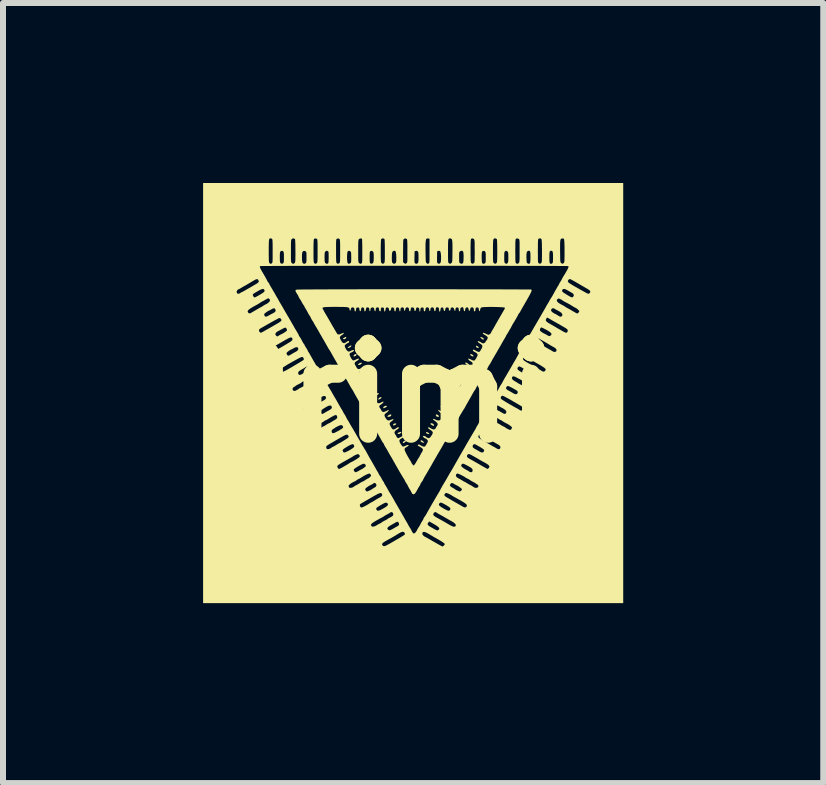
<source format=kicad_pcb>
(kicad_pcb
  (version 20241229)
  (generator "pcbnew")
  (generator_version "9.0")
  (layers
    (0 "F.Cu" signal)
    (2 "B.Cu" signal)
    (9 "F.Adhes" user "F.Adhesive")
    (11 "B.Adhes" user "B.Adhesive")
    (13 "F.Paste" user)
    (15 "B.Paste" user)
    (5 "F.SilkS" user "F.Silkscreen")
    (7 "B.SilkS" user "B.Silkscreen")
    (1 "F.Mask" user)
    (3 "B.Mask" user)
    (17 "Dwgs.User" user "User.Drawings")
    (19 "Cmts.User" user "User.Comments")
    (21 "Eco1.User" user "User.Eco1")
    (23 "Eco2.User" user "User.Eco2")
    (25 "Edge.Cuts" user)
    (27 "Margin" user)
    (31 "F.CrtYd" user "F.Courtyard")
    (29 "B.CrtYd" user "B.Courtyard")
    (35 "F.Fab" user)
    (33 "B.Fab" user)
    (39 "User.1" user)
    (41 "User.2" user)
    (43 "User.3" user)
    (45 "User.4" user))
  (footprint "Primis"
    (layer "F.Cu")
    (at 3.836 3.501)
    (property "Reference" "Primis" (at 0 0 0) (layer "F.SilkS") (effects (font (size 1.5 1.5) (thickness 0.3))))
    (attr board_only exclude_from_pos_files exclude_from_bom)
    (fp_poly (pts (xy 0.139 0.788) (xy 0.155 0.796) (xy 0.168 0.807) (xy 0.187 0.827) (xy 0.17 0.827) (xy 0.152 0.823) (xy 0.138 0.816) (xy 0.127 0.805) (xy 0.123 0.796) (xy 0.128 0.787)) (stroke (width 0) (type solid)) (fill yes) (layer "F.SilkS"))
    (fp_poly (pts (xy 0.331 0.512) (xy 0.345 0.526) (xy 0.349 0.538) (xy 0.344 0.546) (xy 0.33 0.544) (xy 0.309 0.533) (xy 0.292 0.52) (xy 0.288 0.51) (xy 0.296 0.504) (xy 0.313 0.504)) (stroke (width 0) (type solid)) (fill yes) (layer "F.SilkS"))
    (fp_poly (pts (xy -0.946 -0.645) (xy -0.944 -0.635) (xy -0.952 -0.624) (xy -0.967 -0.615) (xy -0.983 -0.611) (xy -0.994 -0.614) (xy -0.994 -0.615) (xy -0.993 -0.624) (xy -0.984 -0.636) (xy -0.971 -0.646) (xy -0.957 -0.65)) (stroke (width 0) (type solid)) (fill yes) (layer "F.SilkS"))
    (fp_poly (pts (xy -0.699 -0.215) (xy -0.697 -0.209) (xy -0.703 -0.199) (xy -0.717 -0.189) (xy -0.735 -0.181) (xy -0.749 -0.178) (xy -0.754 -0.18) (xy -0.75 -0.188) (xy -0.739 -0.198) (xy -0.721 -0.213) (xy -0.707 -0.218)) (stroke (width 0) (type solid)) (fill yes) (layer "F.SilkS"))
    (fp_poly (pts (xy -0.284 0.508) (xy -0.282 0.516) (xy -0.292 0.527) (xy -0.296 0.529) (xy -0.312 0.538) (xy -0.327 0.54) (xy -0.335 0.534) (xy -0.335 0.531) (xy -0.329 0.517) (xy -0.313 0.508) (xy -0.299 0.506)) (stroke (width 0) (type solid)) (fill yes) (layer "F.SilkS"))
    (fp_poly (pts (xy -0.197 0.648) (xy -0.197 0.657) (xy -0.209 0.669) (xy -0.226 0.679) (xy -0.243 0.683) (xy -0.255 0.682) (xy -0.26 0.675) (xy -0.254 0.666) (xy -0.24 0.657) (xy -0.222 0.65) (xy -0.206 0.646)) (stroke (width 0) (type solid)) (fill yes) (layer "F.SilkS"))
    (fp_poly (pts (xy -0.114 0.791) (xy -0.119 0.8) (xy -0.129 0.812) (xy -0.149 0.828) (xy -0.164 0.834) (xy -0.173 0.829) (xy -0.172 0.819) (xy -0.162 0.808) (xy -0.147 0.797) (xy -0.131 0.789) (xy -0.119 0.788)) (stroke (width 0) (type solid)) (fill yes) (layer "F.SilkS"))
    (fp_poly (pts (xy 0.227 0.65) (xy 0.245 0.657) (xy 0.261 0.666) (xy 0.27 0.674) (xy 0.27 0.677) (xy 0.259 0.683) (xy 0.243 0.682) (xy 0.227 0.674) (xy 0.223 0.67) (xy 0.213 0.657) (xy 0.215 0.65)) (stroke (width 0) (type solid)) (fill yes) (layer "F.SilkS"))
    (fp_poly (pts (xy 0.737 -0.209) (xy 0.751 -0.199) (xy 0.759 -0.189) (xy 0.759 -0.188) (xy 0.754 -0.179) (xy 0.741 -0.18) (xy 0.723 -0.189) (xy 0.707 -0.2) (xy 0.705 -0.21) (xy 0.711 -0.215) (xy 0.722 -0.215)) (stroke (width 0) (type solid)) (fill yes) (layer "F.SilkS"))
    (fp_poly (pts (xy -0.614 -0.073) (xy -0.614 -0.063) (xy -0.623 -0.051) (xy -0.638 -0.042) (xy -0.654 -0.036) (xy -0.668 -0.036) (xy -0.672 -0.039) (xy -0.67 -0.045) (xy -0.658 -0.055) (xy -0.648 -0.062) (xy -0.629 -0.074) (xy -0.618 -0.076)) (stroke (width 0) (type solid)) (fill yes) (layer "F.SilkS"))
    (fp_poly (pts (xy -0.528 0.072) (xy -0.528 0.08) (xy -0.537 0.09) (xy -0.55 0.098) (xy -0.568 0.107) (xy -0.578 0.109) (xy -0.581 0.104) (xy -0.581 0.1) (xy -0.575 0.088) (xy -0.562 0.076) (xy -0.545 0.069) (xy -0.539 0.068)) (stroke (width 0) (type solid)) (fill yes) (layer "F.SilkS"))
    (fp_poly (pts (xy 0.401 0.36) (xy 0.417 0.369) (xy 0.428 0.38) (xy 0.431 0.387) (xy 0.425 0.395) (xy 0.413 0.397) (xy 0.398 0.394) (xy 0.386 0.387) (xy 0.383 0.383) (xy 0.377 0.366) (xy 0.38 0.357) (xy 0.387 0.356)) (stroke (width 0) (type solid)) (fill yes) (layer "F.SilkS"))
    (fp_poly (pts (xy 0.821 -0.351) (xy 0.835 -0.342) (xy 0.841 -0.335) (xy 0.845 -0.325) (xy 0.838 -0.321) (xy 0.835 -0.321) (xy 0.82 -0.326) (xy 0.806 -0.334) (xy 0.796 -0.345) (xy 0.794 -0.352) (xy 0.794 -0.352) (xy 0.806 -0.355)) (stroke (width 0) (type solid)) (fill yes) (layer "F.SilkS"))
    (fp_poly (pts (xy 0.978 -0.645) (xy 0.994 -0.635) (xy 1.004 -0.623) (xy 1.005 -0.618) (xy 1.004 -0.611) (xy 0.997 -0.61) (xy 0.983 -0.614) (xy 0.973 -0.619) (xy 0.958 -0.628) (xy 0.951 -0.639) (xy 0.953 -0.647) (xy 0.963 -0.65)) (stroke (width 0) (type solid)) (fill yes) (layer "F.SilkS"))
    (fp_poly (pts (xy 1.061 -0.787) (xy 1.075 -0.78) (xy 1.087 -0.771) (xy 1.093 -0.76) (xy 1.094 -0.757) (xy 1.089 -0.753) (xy 1.076 -0.753) (xy 1.063 -0.757) (xy 1.055 -0.762) (xy 1.047 -0.776) (xy 1.046 -0.782) (xy 1.051 -0.788)) (stroke (width 0) (type solid)) (fill yes) (layer "F.SilkS"))
    (fp_poly (pts (xy 1.136 -0.933) (xy 1.152 -0.926) (xy 1.167 -0.916) (xy 1.177 -0.906) (xy 1.178 -0.899) (xy 1.171 -0.89) (xy 1.16 -0.892) (xy 1.142 -0.905) (xy 1.136 -0.91) (xy 1.123 -0.923) (xy 1.12 -0.931) (xy 1.123 -0.934)) (stroke (width 0) (type solid)) (fill yes) (layer "F.SilkS"))
    (fp_poly (pts (xy -1.115 -0.932) (xy -1.114 -0.927) (xy -1.12 -0.914) (xy -1.132 -0.903) (xy -1.147 -0.897) (xy -1.161 -0.898) (xy -1.166 -0.903) (xy -1.169 -0.909) (xy -1.167 -0.913) (xy -1.157 -0.919) (xy -1.144 -0.926) (xy -1.126 -0.934) (xy -1.118 -0.936)) (stroke (width 0) (type solid)) (fill yes) (layer "F.SilkS"))
    (fp_poly (pts (xy -1.029 -0.785) (xy -1.03 -0.783) (xy -1.041 -0.77) (xy -1.059 -0.758) (xy -1.079 -0.752) (xy -1.082 -0.752) (xy -1.09 -0.753) (xy -1.091 -0.757) (xy -1.082 -0.766) (xy -1.074 -0.773) (xy -1.056 -0.786) (xy -1.041 -0.792) (xy -1.031 -0.792)) (stroke (width 0) (type solid)) (fill yes) (layer "F.SilkS"))
    (fp_poly (pts (xy -0.858 -0.504) (xy -0.855 -0.5) (xy -0.86 -0.489) (xy -0.874 -0.479) (xy -0.891 -0.471) (xy -0.907 -0.467) (xy -0.918 -0.469) (xy -0.919 -0.471) (xy -0.917 -0.479) (xy -0.906 -0.489) (xy -0.891 -0.499) (xy -0.876 -0.505) (xy -0.869 -0.506)) (stroke (width 0) (type solid)) (fill yes) (layer "F.SilkS"))
    (fp_poly (pts (xy -0.786 -0.347) (xy -0.791 -0.337) (xy -0.805 -0.326) (xy -0.806 -0.325) (xy -0.823 -0.317) (xy -0.831 -0.315) (xy -0.836 -0.319) (xy -0.837 -0.32) (xy -0.836 -0.331) (xy -0.826 -0.342) (xy -0.811 -0.351) (xy -0.805 -0.352) (xy -0.791 -0.353)) (stroke (width 0) (type solid)) (fill yes) (layer "F.SilkS"))
    (fp_poly (pts (xy -0.44 0.215) (xy -0.438 0.222) (xy -0.445 0.232) (xy -0.462 0.241) (xy -0.471 0.245) (xy -0.489 0.251) (xy -0.497 0.252) (xy -0.499 0.249) (xy -0.499 0.243) (xy -0.493 0.231) (xy -0.479 0.22) (xy -0.461 0.213) (xy -0.453 0.212)) (stroke (width 0) (type solid)) (fill yes) (layer "F.SilkS"))
    (fp_poly (pts (xy 0.487 0.22) (xy 0.493 0.223) (xy 0.506 0.231) (xy 0.509 0.238) (xy 0.506 0.243) (xy 0.498 0.251) (xy 0.497 0.252) (xy 0.49 0.25) (xy 0.477 0.245) (xy 0.462 0.235) (xy 0.458 0.225) (xy 0.461 0.215) (xy 0.47 0.213)) (stroke (width 0) (type solid)) (fill yes) (layer "F.SilkS"))
    (fp_poly (pts (xy 0.565 0.072) (xy 0.577 0.082) (xy 0.588 0.093) (xy 0.591 0.103) (xy 0.59 0.105) (xy 0.584 0.109) (xy 0.576 0.107) (xy 0.562 0.1) (xy 0.555 0.096) (xy 0.541 0.084) (xy 0.538 0.074) (xy 0.546 0.069) (xy 0.553 0.068)) (stroke (width 0) (type solid)) (fill yes) (layer "F.SilkS"))
    (fp_poly (pts (xy 0.634 -0.078) (xy 0.649 -0.069) (xy 0.664 -0.058) (xy 0.675 -0.047) (xy 0.679 -0.04) (xy 0.679 -0.039) (xy 0.669 -0.035) (xy 0.654 -0.039) (xy 0.638 -0.049) (xy 0.623 -0.061) (xy 0.616 -0.072) (xy 0.617 -0.08) (xy 0.624 -0.082)) (stroke (width 0) (type solid)) (fill yes) (layer "F.SilkS"))
    (fp_poly (pts (xy -0.364 0.36) (xy -0.364 0.37) (xy -0.373 0.384) (xy -0.375 0.385) (xy -0.388 0.392) (xy -0.404 0.396) (xy -0.42 0.396) (xy -0.43 0.392) (xy -0.431 0.39) (xy -0.425 0.381) (xy -0.412 0.371) (xy -0.395 0.362) (xy -0.379 0.356) (xy -0.374 0.356)) (stroke (width 0) (type solid)) (fill yes) (layer "F.SilkS"))
    (fp_poly (pts (xy 0.884 -0.508) (xy 0.899 -0.501) (xy 0.915 -0.49) (xy 0.927 -0.479) (xy 0.932 -0.47) (xy 0.932 -0.468) (xy 0.928 -0.459) (xy 0.927 -0.458) (xy 0.921 -0.461) (xy 0.907 -0.467) (xy 0.897 -0.472) (xy 0.878 -0.483) (xy 0.869 -0.495) (xy 0.87 -0.506) (xy 0.874 -0.509)) (stroke (width 0) (type solid)) (fill yes) (layer "F.SilkS"))
    (fp_poly (pts (xy 0.167 -1.73) (xy 0.326 -1.73) (xy 0.481 -1.73) (xy 0.631 -1.73) (xy 0.776 -1.729) (xy 0.916 -1.729) (xy 1.049 -1.729) (xy 1.175 -1.729) (xy 1.294 -1.729) (xy 1.406 -1.729) (xy 1.508 -1.728) (xy 1.602 -1.728) (xy 1.687 -1.728) (xy 1.761 -1.727) (xy 1.825 -1.727) (xy 1.877 -1.727) (xy 1.918 -1.727) (xy 1.946 -1.726) (xy 1.962 -1.726) (xy 1.965 -1.726) (xy 1.973 -1.72) (xy 1.975 -1.711) (xy 1.971 -1.695) (xy 1.961 -1.672) (xy 1.945 -1.641) (xy 1.932 -1.617) (xy 1.921 -1.597) (xy 1.91 -1.578) (xy 1.899 -1.558) (xy 1.885 -1.533) (xy 1.867 -1.503) (xy 1.845 -1.464) (xy 1.833 -1.444) (xy 1.816 -1.414) (xy 1.801 -1.388) (xy 1.79 -1.368) (xy 1.785 -1.356) (xy 1.784 -1.355) (xy 1.78 -1.346) (xy 1.771 -1.337) (xy 1.759 -1.322) (xy 1.753 -1.311) (xy 1.748 -1.299) (xy 1.736 -1.278) (xy 1.72 -1.249) (xy 1.7 -1.215) (xy 1.678 -1.178) (xy 1.666 -1.159) (xy 1.652 -1.135) (xy 1.639 -1.109) (xy 1.636 -1.104) (xy 1.628 -1.087) (xy 1.621 -1.075) (xy 1.619 -1.073) (xy 1.614 -1.066) (xy 1.605 -1.05) (xy 1.593 -1.029) (xy 1.58 -1.006) (xy 1.569 -0.988) (xy 1.561 -0.977) (xy 1.554 -0.966) (xy 1.552 -0.961) (xy 1.549 -0.953) (xy 1.54 -0.936) (xy 1.527 -0.914) (xy 1.521 -0.903) (xy 1.506 -0.879) (xy 1.494 -0.858) (xy 1.486 -0.844) (xy 1.484 -0.841) (xy 1.479 -0.832) (xy 1.469 -0.813) (xy 1.454 -0.787) (xy 1.436 -0.756) (xy 1.416 -0.721) (xy 1.396 -0.686) (xy 1.376 -0.652) (xy 1.358 -0.622) (xy 1.344 -0.597) (xy 1.334 -0.581) (xy 1.333 -0.578) (xy 1.322 -0.56) (xy 1.309 -0.536) (xy 1.302 -0.523) (xy 1.289 -0.499) (xy 1.275 -0.477) (xy 1.269 -0.468) (xy 1.257 -0.45) (xy 1.248 -0.433) (xy 1.248 -0.432) (xy 1.241 -0.416) (xy 1.23 -0.396) (xy 1.224 -0.387) (xy 1.205 -0.358) (xy 1.186 -0.326) (xy 1.167 -0.295) (xy 1.153 -0.27) (xy 1.15 -0.263) (xy 1.139 -0.245) (xy 1.126 -0.222) (xy 1.121 -0.215) (xy 1.109 -0.195) (xy 1.1 -0.176) (xy 1.098 -0.171) (xy 1.089 -0.152) (xy 1.08 -0.14) (xy 1.071 -0.127) (xy 1.059 -0.106) (xy 1.05 -0.087) (xy 1.039 -0.066) (xy 1.03 -0.05) (xy 1.025 -0.044) (xy 1.019 -0.037) (xy 1.009 -0.021) (xy 0.997 0.001) (xy 0.996 0.002) (xy 0.984 0.023) (xy 0.968 0.053) (xy 0.948 0.088) (xy 0.927 0.124) (xy 0.921 0.136) (xy 0.903 0.167) (xy 0.887 0.194) (xy 0.876 0.215) (xy 0.869 0.228) (xy 0.868 0.23) (xy 0.865 0.237) (xy 0.856 0.25) (xy 0.856 0.252) (xy 0.847 0.265) (xy 0.834 0.286) (xy 0.818 0.312) (xy 0.802 0.339) (xy 0.786 0.365) (xy 0.773 0.389) (xy 0.763 0.406) (xy 0.759 0.414) (xy 0.759 0.415) (xy 0.756 0.422) (xy 0.747 0.437) (xy 0.734 0.459) (xy 0.729 0.467) (xy 0.715 0.492) (xy 0.703 0.513) (xy 0.696 0.528) (xy 0.695 0.531) (xy 0.686 0.547) (xy 0.677 0.557) (xy 0.667 0.569) (xy 0.663 0.575) (xy 0.66 0.584) (xy 0.651 0.601) (xy 0.635 0.629) (xy 0.613 0.667) (xy 0.604 0.683) (xy 0.592 0.703) (xy 0.577 0.728) (xy 0.568 0.745) (xy 0.553 0.771) (xy 0.538 0.797) (xy 0.53 0.81) (xy 0.517 0.833) (xy 0.504 0.856) (xy 0.501 0.861) (xy 0.491 0.878) (xy 0.476 0.906) (xy 0.454 0.943) (xy 0.427 0.989) (xy 0.395 1.043) (xy 0.39 1.053) (xy 0.365 1.096) (xy 0.346 1.129) (xy 0.332 1.153) (xy 0.323 1.169) (xy 0.321 1.173) (xy 0.311 1.191) (xy 0.295 1.219) (xy 0.275 1.253) (xy 0.253 1.291) (xy 0.23 1.331) (xy 0.207 1.369) (xy 0.198 1.385) (xy 0.184 1.407) (xy 0.174 1.428) (xy 0.168 1.44) (xy 0.161 1.455) (xy 0.149 1.473) (xy 0.143 1.481) (xy 0.131 1.497) (xy 0.124 1.51) (xy 0.123 1.514) (xy 0.12 1.523) (xy 0.111 1.54) (xy 0.101 1.556) (xy 0.085 1.583) (xy 0.069 1.611) (xy 0.062 1.624) (xy 0.042 1.659) (xy 0.024 1.68) (xy 0.007 1.688) (xy -0.008 1.683) (xy -0.015 1.677) (xy -0.026 1.661) (xy -0.03 1.651) (xy -0.036 1.638) (xy -0.047 1.619) (xy -0.058 1.602) (xy -0.071 1.58) (xy -0.081 1.561) (xy -0.086 1.551) (xy -0.093 1.536) (xy -0.104 1.517) (xy -0.109 1.51) (xy -0.123 1.489) (xy -0.135 1.467) (xy -0.137 1.462) (xy -0.146 1.442) (xy -0.157 1.426) (xy -0.157 1.426) (xy -0.163 1.416) (xy -0.175 1.397) (xy -0.191 1.37) (xy -0.211 1.337) (xy -0.232 1.301) (xy -0.254 1.262) (xy -0.276 1.224) (xy -0.297 1.187) (xy -0.315 1.155) (xy -0.33 1.129) (xy -0.332 1.125) (xy -0.343 1.105) (xy -0.358 1.079) (xy -0.374 1.052) (xy -0.376 1.049) (xy -0.392 1.022) (xy -0.408 0.994) (xy -0.42 0.972) (xy -0.421 0.971) (xy -0.433 0.948) (xy -0.449 0.921) (xy -0.461 0.903) (xy -0.473 0.882) (xy -0.482 0.865) (xy -0.485 0.857) (xy -0.49 0.845) (xy -0.497 0.835) (xy -0.507 0.823) (xy -0.519 0.803) (xy -0.53 0.784) (xy -0.54 0.766) (xy -0.555 0.739) (xy -0.574 0.705) (xy -0.596 0.667) (xy -0.62 0.626) (xy -0.625 0.617) (xy -0.647 0.578) (xy -0.668 0.542) (xy -0.686 0.512) (xy -0.7 0.488) (xy -0.708 0.474) (xy -0.709 0.472) (xy -0.719 0.455) (xy -0.731 0.434) (xy -0.735 0.427) (xy -0.747 0.407) (xy -0.761 0.381) (xy -0.775 0.353) (xy -0.776 0.353) (xy -0.789 0.328) (xy -0.8 0.308) (xy -0.809 0.295) (xy -0.809 0.294) (xy -0.815 0.286) (xy -0.826 0.268) (xy -0.842 0.242) (xy -0.861 0.209) (xy -0.882 0.173) (xy -0.905 0.135) (xy -0.927 0.096) (xy -0.948 0.06) (xy -0.967 0.027) (xy -0.982 -0.000215) (xy -0.992 -0.02) (xy -0.993 -0.021) (xy -1.004 -0.041) (xy -1.019 -0.065) (xy -1.026 -0.075) (xy -1.038 -0.095) (xy -1.049 -0.113) (xy -1.052 -0.12) (xy -1.058 -0.131) (xy -1.069 -0.15) (xy -1.084 -0.177) (xy -1.101 -0.207) (xy -1.104 -0.212) (xy -1.123 -0.244) (xy -1.141 -0.276) (xy -1.156 -0.302) (xy -1.167 -0.321) (xy -1.167 -0.321) (xy -1.179 -0.343) (xy -1.195 -0.371) (xy -1.21 -0.397) (xy -1.227 -0.425) (xy -1.245 -0.456) (xy -1.258 -0.479) (xy -1.272 -0.503) (xy -1.289 -0.534) (xy -1.307 -0.564) (xy -1.309 -0.567) (xy -1.326 -0.598) (xy -1.344 -0.63) (xy -1.359 -0.657) (xy -1.361 -0.66) (xy -1.373 -0.682) (xy -1.384 -0.701) (xy -1.391 -0.711) (xy -1.399 -0.723) (xy -1.411 -0.741) (xy -1.419 -0.756) (xy -1.449 -0.809) (xy -1.476 -0.857) (xy -1.5 -0.898) (xy -1.519 -0.931) (xy -1.532 -0.954) (xy -1.538 -0.964) (xy -1.545 -0.976) (xy -1.556 -0.994) (xy -1.563 -1.008) (xy -1.575 -1.029) (xy -1.591 -1.057) (xy -1.609 -1.088) (xy -1.618 -1.102) (xy -1.633 -1.127) (xy -1.645 -1.148) (xy -1.653 -1.162) (xy -1.655 -1.166) (xy -1.658 -1.173) (xy -1.667 -1.189) (xy -1.679 -1.206) (xy -1.691 -1.226) (xy -1.7 -1.241) (xy -1.702 -1.249) (xy -1.706 -1.257) (xy -1.715 -1.273) (xy -1.727 -1.292) (xy -1.741 -1.314) (xy -1.752 -1.333) (xy -1.757 -1.344) (xy -1.764 -1.357) (xy -1.775 -1.377) (xy -1.787 -1.397) (xy -1.798 -1.415) (xy -1.511 -1.415) (xy -1.508 -1.406) (xy -1.498 -1.388) (xy -1.483 -1.359) (xy -1.46 -1.319) (xy -1.43 -1.269) (xy -1.407 -1.229) (xy -1.39 -1.2) (xy -1.373 -1.17) (xy -1.361 -1.149) (xy -1.346 -1.122) (xy -1.328 -1.092) (xy -1.313 -1.067) (xy -1.298 -1.041) (xy -1.284 -1.018) (xy -1.275 -1.001) (xy -1.274 -1) (xy -1.262 -0.983) (xy -1.247 -0.976) (xy -1.226 -0.978) (xy -1.199 -0.989) (xy -1.179 -0.998) (xy -1.164 -1.003) (xy -1.159 -1.004) (xy -1.157 -0.994) (xy -1.166 -0.982) (xy -1.182 -0.971) (xy -1.184 -0.97) (xy -1.202 -0.958) (xy -1.216 -0.943) (xy -1.221 -0.932) (xy -1.222 -0.922) (xy -1.218 -0.909) (xy -1.208 -0.888) (xy -1.206 -0.885) (xy -1.188 -0.854) (xy -1.17 -0.836) (xy -1.151 -0.831) (xy -1.13 -0.838) (xy -1.108 -0.854) (xy -1.093 -0.864) (xy -1.079 -0.868) (xy -1.069 -0.864) (xy -1.067 -0.854) (xy -1.072 -0.843) (xy -1.082 -0.837) (xy -1.103 -0.827) (xy -1.123 -0.813) (xy -1.137 -0.797) (xy -1.142 -0.784) (xy -1.138 -0.771) (xy -1.129 -0.75) (xy -1.119 -0.732) (xy -1.101 -0.706) (xy -1.082 -0.693) (xy -1.062 -0.692) (xy -1.038 -0.703) (xy -1.037 -0.704) (xy -1.018 -0.713) (xy -1.001 -0.718) (xy -0.999 -0.718) (xy -0.987 -0.715) (xy -0.985 -0.708) (xy -0.995 -0.697) (xy -1.013 -0.685) (xy -1.023 -0.68) (xy -1.044 -0.67) (xy -1.055 -0.662) (xy -1.059 -0.654) (xy -1.059 -0.641) (xy -1.058 -0.637) (xy -1.052 -0.617) (xy -1.041 -0.594) (xy -1.027 -0.571) (xy -1.013 -0.553) (xy -1.001 -0.544) (xy -0.99 -0.545) (xy -0.971 -0.551) (xy -0.95 -0.561) (xy -0.924 -0.572) (xy -0.908 -0.574) (xy -0.902 -0.57) (xy -0.907 -0.56) (xy -0.922 -0.546) (xy -0.945 -0.532) (xy -0.967 -0.515) (xy -0.976 -0.496) (xy -0.971 -0.475) (xy -0.965 -0.464) (xy -0.953 -0.446) (xy -0.944 -0.428) (xy -0.944 -0.427) (xy -0.932 -0.411) (xy -0.92 -0.402) (xy -0.908 -0.399) (xy -0.895 -0.401) (xy -0.876 -0.41) (xy -0.871 -0.413) (xy -0.852 -0.423) (xy -0.836 -0.429) (xy -0.83 -0.431) (xy -0.821 -0.428) (xy -0.822 -0.42) (xy -0.834 -0.408) (xy -0.854 -0.395) (xy -0.855 -0.394) (xy -0.878 -0.379) (xy -0.89 -0.364) (xy -0.892 -0.347) (xy -0.884 -0.324) (xy -0.872 -0.303) (xy -0.859 -0.281) (xy -0.846 -0.265) (xy -0.837 -0.257) (xy -0.837 -0.257) (xy -0.824 -0.257) (xy -0.805 -0.262) (xy -0.787 -0.271) (xy -0.776 -0.28) (xy -0.767 -0.286) (xy -0.754 -0.287) (xy -0.742 -0.284) (xy -0.738 -0.278) (xy -0.744 -0.27) (xy -0.758 -0.26) (xy -0.762 -0.257) (xy -0.782 -0.244) (xy -0.8 -0.229) (xy -0.801 -0.228) (xy -0.811 -0.215) (xy -0.812 -0.206) (xy -0.807 -0.196) (xy -0.799 -0.181) (xy -0.787 -0.16) (xy -0.781 -0.148) (xy -0.767 -0.124) (xy -0.754 -0.112) (xy -0.74 -0.111) (xy -0.729 -0.116) (xy -0.713 -0.124) (xy -0.693 -0.135) (xy -0.691 -0.137) (xy -0.668 -0.148) (xy -0.657 -0.15) (xy -0.654 -0.144) (xy -0.659 -0.132) (xy -0.672 -0.116) (xy -0.691 -0.103) (xy -0.696 -0.1) (xy -0.717 -0.089) (xy -0.727 -0.076) (xy -0.727 -0.059) (xy -0.717 -0.036) (xy -0.708 -0.021) (xy -0.691 0.006) (xy -0.678 0.023) (xy -0.667 0.03) (xy -0.654 0.03) (xy -0.637 0.023) (xy -0.629 0.018) (xy -0.608 0.008) (xy -0.592 0.001) (xy -0.585 0) (xy -0.573 0.003) (xy -0.573 0.011) (xy -0.584 0.023) (xy -0.601 0.035) (xy -0.627 0.052) (xy -0.641 0.067) (xy -0.645 0.08) (xy -0.639 0.096) (xy -0.639 0.096) (xy -0.629 0.116) (xy -0.622 0.13) (xy -0.606 0.156) (xy -0.586 0.169) (xy -0.561 0.169) (xy -0.535 0.157) (xy -0.512 0.146) (xy -0.498 0.143) (xy -0.493 0.148) (xy -0.498 0.158) (xy -0.513 0.173) (xy -0.53 0.186) (xy -0.549 0.2) (xy -0.562 0.213) (xy -0.566 0.221) (xy -0.564 0.233) (xy -0.554 0.25) (xy -0.551 0.254) (xy -0.54 0.269) (xy -0.534 0.282) (xy -0.533 0.284) (xy -0.528 0.294) (xy -0.516 0.306) (xy -0.516 0.307) (xy -0.503 0.315) (xy -0.493 0.317) (xy -0.478 0.312) (xy -0.473 0.31) (xy -0.451 0.3) (xy -0.43 0.29) (xy -0.429 0.289) (xy -0.414 0.283) (xy -0.406 0.282) (xy -0.406 0.282) (xy -0.407 0.29) (xy -0.417 0.302) (xy -0.431 0.317) (xy -0.448 0.331) (xy -0.456 0.336) (xy -0.472 0.35) (xy -0.478 0.367) (xy -0.474 0.388) (xy -0.46 0.415) (xy -0.445 0.436) (xy -0.43 0.451) (xy -0.413 0.457) (xy -0.391 0.454) (xy -0.365 0.444) (xy -0.342 0.435) (xy -0.329 0.435) (xy -0.328 0.442) (xy -0.339 0.454) (xy -0.353 0.465) (xy -0.376 0.483) (xy -0.389 0.498) (xy -0.393 0.513) (xy -0.388 0.531) (xy -0.375 0.556) (xy -0.369 0.567) (xy -0.353 0.592) (xy -0.339 0.605) (xy -0.323 0.607) (xy -0.303 0.599) (xy -0.281 0.585) (xy -0.262 0.573) (xy -0.248 0.567) (xy -0.243 0.568) (xy -0.241 0.58) (xy -0.246 0.594) (xy -0.254 0.601) (xy -0.257 0.602) (xy -0.267 0.606) (xy -0.283 0.617) (xy -0.291 0.623) (xy -0.307 0.642) (xy -0.312 0.66) (xy -0.304 0.681) (xy -0.294 0.696) (xy -0.284 0.71) (xy -0.28 0.72) (xy -0.275 0.732) (xy -0.264 0.744) (xy -0.251 0.752) (xy -0.249 0.752) (xy -0.238 0.749) (xy -0.221 0.74) (xy -0.205 0.731) (xy -0.181 0.718) (xy -0.163 0.714) (xy -0.156 0.715) (xy -0.141 0.72) (xy -0.158 0.733) (xy -0.175 0.745) (xy -0.196 0.757) (xy -0.2 0.759) (xy -0.22 0.773) (xy -0.229 0.788) (xy -0.228 0.808) (xy -0.217 0.834) (xy -0.209 0.847) (xy -0.195 0.868) (xy -0.182 0.884) (xy -0.173 0.892) (xy -0.161 0.891) (xy -0.141 0.885) (xy -0.126 0.878) (xy -0.1 0.867) (xy -0.083 0.865) (xy -0.076 0.871) (xy -0.075 0.874) (xy -0.081 0.88) (xy -0.095 0.89) (xy -0.104 0.896) (xy -0.126 0.909) (xy -0.138 0.92) (xy -0.143 0.932) (xy -0.143 0.941) (xy -0.14 0.955) (xy -0.13 0.979) (xy -0.115 1.01) (xy -0.096 1.045) (xy -0.074 1.084) (xy -0.05 1.123) (xy -0.049 1.124) (xy -0.037 1.144) (xy -0.029 1.159) (xy -0.027 1.165) (xy -0.023 1.174) (xy -0.012 1.188) (xy -0.009 1.191) (xy 0.009 1.209) (xy 0.025 1.19) (xy 0.037 1.173) (xy 0.051 1.15) (xy 0.062 1.131) (xy 0.074 1.108) (xy 0.086 1.09) (xy 0.092 1.08) (xy 0.1 1.069) (xy 0.111 1.049) (xy 0.118 1.034) (xy 0.13 1.012) (xy 0.14 0.993) (xy 0.146 0.986) (xy 0.155 0.97) (xy 0.161 0.952) (xy 0.163 0.939) (xy 0.158 0.929) (xy 0.146 0.917) (xy 0.136 0.91) (xy 0.116 0.897) (xy 0.098 0.887) (xy 0.091 0.884) (xy 0.078 0.878) (xy 0.077 0.87) (xy 0.086 0.861) (xy 0.094 0.857) (xy 0.106 0.86) (xy 0.121 0.87) (xy 0.151 0.886) (xy 0.177 0.893) (xy 0.195 0.891) (xy 0.203 0.884) (xy 0.214 0.867) (xy 0.226 0.846) (xy 0.237 0.825) (xy 0.244 0.807) (xy 0.246 0.799) (xy 0.241 0.787) (xy 0.23 0.774) (xy 0.217 0.762) (xy 0.208 0.759) (xy 0.197 0.755) (xy 0.183 0.745) (xy 0.17 0.733) (xy 0.162 0.722) (xy 0.161 0.717) (xy 0.17 0.714) (xy 0.185 0.715) (xy 0.199 0.719) (xy 0.205 0.724) (xy 0.217 0.734) (xy 0.235 0.744) (xy 0.252 0.751) (xy 0.258 0.752) (xy 0.275 0.746) (xy 0.294 0.726) (xy 0.313 0.697) (xy 0.325 0.672) (xy 0.327 0.653) (xy 0.317 0.637) (xy 0.299 0.623) (xy 0.273 0.605) (xy 0.257 0.593) (xy 0.249 0.585) (xy 0.246 0.58) (xy 0.248 0.577) (xy 0.251 0.574) (xy 0.258 0.571) (xy 0.27 0.574) (xy 0.289 0.585) (xy 0.293 0.588) (xy 0.323 0.603) (xy 0.347 0.607) (xy 0.365 0.6) (xy 0.376 0.585) (xy 0.387 0.564) (xy 0.398 0.547) (xy 0.407 0.531) (xy 0.41 0.518) (xy 0.405 0.505) (xy 0.391 0.488) (xy 0.372 0.471) (xy 0.351 0.456) (xy 0.347 0.454) (xy 0.334 0.444) (xy 0.332 0.434) (xy 0.337 0.43) (xy 0.346 0.431) (xy 0.363 0.438) (xy 0.369 0.442) (xy 0.403 0.455) (xy 0.431 0.457) (xy 0.453 0.448) (xy 0.464 0.434) (xy 0.476 0.414) (xy 0.487 0.397) (xy 0.498 0.376) (xy 0.496 0.359) (xy 0.481 0.346) (xy 0.48 0.346) (xy 0.463 0.335) (xy 0.445 0.32) (xy 0.429 0.304) (xy 0.419 0.292) (xy 0.417 0.286) (xy 0.421 0.281) (xy 0.422 0.282) (xy 0.449 0.294) (xy 0.475 0.306) (xy 0.496 0.315) (xy 0.51 0.32) (xy 0.513 0.321) (xy 0.524 0.316) (xy 0.537 0.301) (xy 0.552 0.281) (xy 0.562 0.262) (xy 0.572 0.235) (xy 0.572 0.215) (xy 0.56 0.199) (xy 0.538 0.185) (xy 0.518 0.172) (xy 0.507 0.16) (xy 0.506 0.156) (xy 0.507 0.148) (xy 0.51 0.145) (xy 0.52 0.147) (xy 0.538 0.154) (xy 0.553 0.162) (xy 0.575 0.171) (xy 0.589 0.175) (xy 0.599 0.174) (xy 0.607 0.17) (xy 0.619 0.159) (xy 0.633 0.14) (xy 0.644 0.122) (xy 0.656 0.094) (xy 0.658 0.075) (xy 0.651 0.06) (xy 0.632 0.047) (xy 0.627 0.045) (xy 0.606 0.033) (xy 0.588 0.021) (xy 0.577 0.011) (xy 0.576 0.007) (xy 0.584 0.003) (xy 0.6 0.003) (xy 0.626 0.013) (xy 0.633 0.017) (xy 0.66 0.029) (xy 0.68 0.032) (xy 0.696 0.025) (xy 0.711 0.006) (xy 0.723 -0.015) (xy 0.734 -0.038) (xy 0.742 -0.057) (xy 0.745 -0.069) (xy 0.745 -0.069) (xy 0.74 -0.078) (xy 0.724 -0.089) (xy 0.712 -0.096) (xy 0.69 -0.11) (xy 0.673 -0.124) (xy 0.664 -0.138) (xy 0.665 -0.148) (xy 0.665 -0.148) (xy 0.675 -0.148) (xy 0.694 -0.14) (xy 0.72 -0.125) (xy 0.73 -0.119) (xy 0.749 -0.109) (xy 0.765 -0.107) (xy 0.766 -0.107) (xy 0.777 -0.115) (xy 0.79 -0.132) (xy 0.804 -0.154) (xy 0.816 -0.178) (xy 0.824 -0.198) (xy 0.826 -0.213) (xy 0.818 -0.226) (xy 0.799 -0.241) (xy 0.791 -0.246) (xy 0.765 -0.262) (xy 0.75 -0.276) (xy 0.746 -0.285) (xy 0.753 -0.288) (xy 0.769 -0.285) (xy 0.796 -0.273) (xy 0.796 -0.273) (xy 0.818 -0.262) (xy 0.838 -0.256) (xy 0.849 -0.254) (xy 0.859 -0.261) (xy 0.873 -0.277) (xy 0.887 -0.298) (xy 0.899 -0.32) (xy 0.907 -0.34) (xy 0.909 -0.35) (xy 0.904 -0.361) (xy 0.891 -0.375) (xy 0.882 -0.381) (xy 0.86 -0.396) (xy 0.841 -0.411) (xy 0.835 -0.415) (xy 0.817 -0.43) (xy 0.836 -0.431) (xy 0.856 -0.427) (xy 0.875 -0.417) (xy 0.9 -0.401) (xy 0.919 -0.395) (xy 0.936 -0.399) (xy 0.952 -0.415) (xy 0.97 -0.442) (xy 0.986 -0.47) (xy 0.991 -0.492) (xy 0.987 -0.508) (xy 0.972 -0.521) (xy 0.958 -0.529) (xy 0.933 -0.545) (xy 0.92 -0.56) (xy 0.919 -0.573) (xy 0.92 -0.574) (xy 0.927 -0.574) (xy 0.943 -0.569) (xy 0.961 -0.56) (xy 0.989 -0.546) (xy 1.01 -0.541) (xy 1.024 -0.544) (xy 1.035 -0.556) (xy 1.054 -0.587) (xy 1.066 -0.61) (xy 1.073 -0.626) (xy 1.075 -0.637) (xy 1.072 -0.646) (xy 1.071 -0.649) (xy 1.06 -0.663) (xy 1.043 -0.676) (xy 1.018 -0.689) (xy 1.003 -0.699) (xy 0.996 -0.705) (xy 0.995 -0.711) (xy 0.996 -0.714) (xy 1.002 -0.723) (xy 1.013 -0.723) (xy 1.03 -0.714) (xy 1.039 -0.708) (xy 1.06 -0.697) (xy 1.081 -0.688) (xy 1.084 -0.687) (xy 1.097 -0.686) (xy 1.107 -0.689) (xy 1.116 -0.7) (xy 1.126 -0.716) (xy 1.145 -0.748) (xy 1.153 -0.772) (xy 1.152 -0.791) (xy 1.14 -0.807) (xy 1.118 -0.822) (xy 1.114 -0.825) (xy 1.09 -0.84) (xy 1.078 -0.853) (xy 1.077 -0.862) (xy 1.08 -0.865) (xy 1.09 -0.865) (xy 1.107 -0.858) (xy 1.126 -0.848) (xy 1.142 -0.837) (xy 1.143 -0.836) (xy 1.16 -0.829) (xy 1.18 -0.83) (xy 1.196 -0.84) (xy 1.201 -0.846) (xy 1.211 -0.863) (xy 1.222 -0.877) (xy 1.235 -0.895) (xy 1.241 -0.912) (xy 1.243 -0.927) (xy 1.236 -0.939) (xy 1.226 -0.948) (xy 1.206 -0.963) (xy 1.185 -0.975) (xy 1.185 -0.975) (xy 1.17 -0.984) (xy 1.163 -0.994) (xy 1.163 -1.002) (xy 1.171 -1.005) (xy 1.181 -1.002) (xy 1.199 -0.995) (xy 1.213 -0.988) (xy 1.234 -0.978) (xy 1.25 -0.972) (xy 1.257 -0.971) (xy 1.269 -0.976) (xy 1.284 -0.987) (xy 1.295 -0.999) (xy 1.299 -1.008) (xy 1.303 -1.018) (xy 1.312 -1.035) (xy 1.321 -1.05) (xy 1.336 -1.074) (xy 1.351 -1.1) (xy 1.357 -1.111) (xy 1.365 -1.125) (xy 1.377 -1.147) (xy 1.394 -1.176) (xy 1.413 -1.21) (xy 1.434 -1.246) (xy 1.454 -1.281) (xy 1.473 -1.313) (xy 1.488 -1.34) (xy 1.5 -1.36) (xy 1.504 -1.367) (xy 1.519 -1.392) (xy 1.527 -1.409) (xy 1.528 -1.419) (xy 1.525 -1.425) (xy 1.516 -1.427) (xy 1.495 -1.429) (xy 1.465 -1.431) (xy 1.428 -1.433) (xy 1.387 -1.434) (xy 1.342 -1.435) (xy 1.298 -1.435) (xy 1.255 -1.435) (xy 1.216 -1.434) (xy 1.184 -1.433) (xy 1.16 -1.431) (xy 1.148 -1.429) (xy 1.131 -1.423) (xy 1.122 -1.412) (xy 1.118 -1.395) (xy 1.113 -1.372) (xy 1.107 -1.364) (xy 1.101 -1.368) (xy 1.096 -1.385) (xy 1.092 -1.408) (xy 1.089 -1.42) (xy 1.08 -1.425) (xy 1.067 -1.426) (xy 1.052 -1.425) (xy 1.044 -1.42) (xy 1.041 -1.407) (xy 1.039 -1.395) (xy 1.035 -1.373) (xy 1.028 -1.363) (xy 1.024 -1.362) (xy 1.016 -1.363) (xy 1.012 -1.372) (xy 1.012 -1.386) (xy 1.008 -1.411) (xy 0.998 -1.425) (xy 0.981 -1.429) (xy 0.963 -1.424) (xy 0.953 -1.408) (xy 0.949 -1.391) (xy 0.944 -1.375) (xy 0.937 -1.37) (xy 0.929 -1.377) (xy 0.924 -1.395) (xy 0.923 -1.398) (xy 0.919 -1.416) (xy 0.913 -1.425) (xy 0.902 -1.428) (xy 0.884 -1.425) (xy 0.873 -1.413) (xy 0.867 -1.389) (xy 0.867 -1.388) (xy 0.863 -1.369) (xy 0.855 -1.363) (xy 0.848 -1.369) (xy 0.843 -1.386) (xy 0.842 -1.391) (xy 0.838 -1.416) (xy 0.831 -1.428) (xy 0.818 -1.431) (xy 0.806 -1.428) (xy 0.792 -1.42) (xy 0.787 -1.407) (xy 0.786 -1.399) (xy 0.784 -1.381) (xy 0.779 -1.367) (xy 0.773 -1.361) (xy 0.767 -1.366) (xy 0.766 -1.367) (xy 0.761 -1.381) (xy 0.759 -1.4) (xy 0.757 -1.416) (xy 0.748 -1.424) (xy 0.742 -1.426) (xy 0.722 -1.426) (xy 0.709 -1.414) (xy 0.704 -1.392) (xy 0.704 -1.39) (xy 0.702 -1.374) (xy 0.696 -1.369) (xy 0.689 -1.376) (xy 0.684 -1.393) (xy 0.684 -1.395) (xy 0.676 -1.415) (xy 0.663 -1.426) (xy 0.647 -1.428) (xy 0.633 -1.421) (xy 0.624 -1.406) (xy 0.622 -1.394) (xy 0.62 -1.379) (xy 0.611 -1.374) (xy 0.609 -1.374) (xy 0.599 -1.377) (xy 0.595 -1.387) (xy 0.595 -1.398) (xy 0.593 -1.415) (xy 0.586 -1.423) (xy 0.577 -1.426) (xy 0.555 -1.427) (xy 0.541 -1.416) (xy 0.535 -1.394) (xy 0.535 -1.392) (xy 0.532 -1.375) (xy 0.526 -1.369) (xy 0.521 -1.369) (xy 0.511 -1.377) (xy 0.506 -1.398) (xy 0.506 -1.398) (xy 0.503 -1.416) (xy 0.497 -1.424) (xy 0.485 -1.426) (xy 0.482 -1.426) (xy 0.469 -1.424) (xy 0.462 -1.418) (xy 0.458 -1.402) (xy 0.457 -1.396) (xy 0.453 -1.377) (xy 0.449 -1.362) (xy 0.447 -1.36) (xy 0.441 -1.357) (xy 0.436 -1.364) (xy 0.432 -1.38) (xy 0.431 -1.396) (xy 0.429 -1.413) (xy 0.422 -1.423) (xy 0.411 -1.428) (xy 0.394 -1.431) (xy 0.383 -1.425) (xy 0.377 -1.408) (xy 0.375 -1.391) (xy 0.371 -1.372) (xy 0.363 -1.363) (xy 0.356 -1.367) (xy 0.35 -1.383) (xy 0.35 -1.388) (xy 0.344 -1.413) (xy 0.333 -1.426) (xy 0.318 -1.429) (xy 0.3 -1.424) (xy 0.289 -1.408) (xy 0.287 -1.39) (xy 0.285 -1.373) (xy 0.277 -1.367) (xy 0.269 -1.373) (xy 0.267 -1.39) (xy 0.262 -1.413) (xy 0.25 -1.426) (xy 0.235 -1.429) (xy 0.218 -1.424) (xy 0.208 -1.41) (xy 0.204 -1.388) (xy 0.199 -1.369) (xy 0.19 -1.362) (xy 0.183 -1.363) (xy 0.179 -1.372) (xy 0.176 -1.392) (xy 0.176 -1.393) (xy 0.175 -1.412) (xy 0.171 -1.422) (xy 0.162 -1.425) (xy 0.151 -1.426) (xy 0.132 -1.423) (xy 0.125 -1.415) (xy 0.12 -1.383) (xy 0.116 -1.364) (xy 0.111 -1.357) (xy 0.109 -1.357) (xy 0.105 -1.366) (xy 0.103 -1.383) (xy 0.103 -1.388) (xy 0.101 -1.408) (xy 0.094 -1.418) (xy 0.086 -1.423) (xy 0.066 -1.428) (xy 0.054 -1.421) (xy 0.047 -1.402) (xy 0.047 -1.397) (xy 0.042 -1.377) (xy 0.034 -1.369) (xy 0.032 -1.369) (xy 0.024 -1.37) (xy 0.021 -1.38) (xy 0.021 -1.391) (xy 0.015 -1.413) (xy 0.001 -1.426) (xy -0.022 -1.428) (xy -0.023 -1.428) (xy -0.033 -1.423) (xy -0.038 -1.412) (xy -0.04 -1.398) (xy -0.044 -1.377) (xy -0.052 -1.365) (xy -0.06 -1.363) (xy -0.066 -1.372) (xy -0.068 -1.39) (xy -0.073 -1.414) (xy -0.085 -1.426) (xy -0.1 -1.429) (xy -0.117 -1.424) (xy -0.128 -1.408) (xy -0.131 -1.392) (xy -0.136 -1.375) (xy -0.142 -1.369) (xy -0.148 -1.374) (xy -0.15 -1.389) (xy -0.155 -1.413) (xy -0.167 -1.426) (xy -0.181 -1.429) (xy -0.199 -1.424) (xy -0.209 -1.409) (xy -0.212 -1.387) (xy -0.214 -1.369) (xy -0.219 -1.361) (xy -0.225 -1.365) (xy -0.228 -1.371) (xy -0.232 -1.387) (xy -0.232 -1.398) (xy -0.238 -1.417) (xy -0.253 -1.427) (xy -0.268 -1.428) (xy -0.279 -1.424) (xy -0.285 -1.413) (xy -0.288 -1.397) (xy -0.291 -1.378) (xy -0.295 -1.365) (xy -0.296 -1.363) (xy -0.304 -1.362) (xy -0.311 -1.37) (xy -0.314 -1.387) (xy -0.315 -1.391) (xy -0.319 -1.413) (xy -0.332 -1.426) (xy -0.35 -1.428) (xy -0.362 -1.423) (xy -0.367 -1.409) (xy -0.368 -1.404) (xy -0.373 -1.384) (xy -0.382 -1.372) (xy -0.392 -1.37) (xy -0.4 -1.377) (xy -0.403 -1.394) (xy -0.408 -1.415) (xy -0.422 -1.426) (xy -0.441 -1.426) (xy -0.455 -1.418) (xy -0.458 -1.405) (xy -0.46 -1.389) (xy -0.465 -1.372) (xy -0.471 -1.36) (xy -0.476 -1.356) (xy -0.477 -1.357) (xy -0.48 -1.366) (xy -0.484 -1.383) (xy -0.485 -1.393) (xy -0.488 -1.413) (xy -0.492 -1.422) (xy -0.502 -1.425) (xy -0.513 -1.426) (xy -0.527 -1.425) (xy -0.534 -1.421) (xy -0.538 -1.409) (xy -0.539 -1.393) (xy -0.541 -1.373) (xy -0.545 -1.363) (xy -0.552 -1.362) (xy -0.552 -1.362) (xy -0.562 -1.37) (xy -0.566 -1.381) (xy -0.57 -1.407) (xy -0.575 -1.422) (xy -0.583 -1.428) (xy -0.588 -1.429) (xy -0.609 -1.425) (xy -0.621 -1.414) (xy -0.623 -1.403) (xy -0.625 -1.383) (xy -0.628 -1.371) (xy -0.633 -1.362) (xy -0.637 -1.364) (xy -0.642 -1.372) (xy -0.648 -1.391) (xy -0.65 -1.404) (xy -0.654 -1.419) (xy -0.666 -1.426) (xy -0.687 -1.426) (xy -0.703 -1.417) (xy -0.711 -1.402) (xy -0.711 -1.399) (xy -0.713 -1.381) (xy -0.715 -1.371) (xy -0.721 -1.364) (xy -0.726 -1.369) (xy -0.73 -1.383) (xy -0.731 -1.4) (xy -0.734 -1.416) (xy -0.743 -1.424) (xy -0.749 -1.426) (xy -0.77 -1.428) (xy -0.782 -1.42) (xy -0.786 -1.401) (xy -0.786 -1.4) (xy -0.79 -1.379) (xy -0.799 -1.365) (xy -0.808 -1.361) (xy -0.812 -1.367) (xy -0.814 -1.382) (xy -0.814 -1.387) (xy -0.818 -1.412) (xy -0.83 -1.425) (xy -0.849 -1.428) (xy -0.849 -1.428) (xy -0.859 -1.424) (xy -0.865 -1.414) (xy -0.868 -1.395) (xy -0.873 -1.373) (xy -0.879 -1.364) (xy -0.882 -1.364) (xy -0.89 -1.37) (xy -0.895 -1.387) (xy -0.896 -1.395) (xy -0.898 -1.414) (xy -0.903 -1.423) (xy -0.913 -1.425) (xy -0.923 -1.426) (xy -0.938 -1.425) (xy -0.945 -1.419) (xy -0.95 -1.406) (xy -0.952 -1.396) (xy -0.955 -1.377) (xy -0.959 -1.364) (xy -0.96 -1.362) (xy -0.968 -1.361) (xy -0.974 -1.37) (xy -0.978 -1.386) (xy -0.978 -1.39) (xy -0.982 -1.414) (xy -0.995 -1.426) (xy -1.009 -1.429) (xy -1.026 -1.424) (xy -1.037 -1.408) (xy -1.04 -1.391) (xy -1.045 -1.375) (xy -1.051 -1.372) (xy -1.057 -1.381) (xy -1.06 -1.395) (xy -1.062 -1.406) (xy -1.066 -1.415) (xy -1.072 -1.422) (xy -1.083 -1.427) (xy -1.1 -1.431) (xy -1.125 -1.433) (xy -1.158 -1.435) (xy -1.2 -1.435) (xy -1.255 -1.436) (xy -1.291 -1.436) (xy -1.353 -1.436) (xy -1.402 -1.435) (xy -1.44 -1.434) (xy -1.469 -1.432) (xy -1.489 -1.43) (xy -1.501 -1.426) (xy -1.508 -1.422) (xy -1.511 -1.416) (xy -1.511 -1.415) (xy -1.798 -1.415) (xy -1.8 -1.417) (xy -1.809 -1.434) (xy -1.812 -1.442) (xy -1.816 -1.451) (xy -1.826 -1.465) (xy -1.828 -1.468) (xy -1.841 -1.487) (xy -1.854 -1.51) (xy -1.856 -1.514) (xy -1.868 -1.537) (xy -1.884 -1.562) (xy -1.888 -1.568) (xy -1.9 -1.586) (xy -1.907 -1.599) (xy -1.908 -1.603) (xy -1.911 -1.612) (xy -1.92 -1.629) (xy -1.933 -1.651) (xy -1.935 -1.653) (xy -1.951 -1.679) (xy -1.96 -1.697) (xy -1.961 -1.709) (xy -1.957 -1.719) (xy -1.954 -1.722) (xy -1.95 -1.722) (xy -1.941 -1.723) (xy -1.924 -1.724) (xy -1.901 -1.725) (xy -1.871 -1.725) (xy -1.834 -1.726) (xy -1.789 -1.726) (xy -1.735 -1.727) (xy -1.673 -1.727) (xy -1.602 -1.728) (xy -1.521 -1.728) (xy -1.431 -1.728) (xy -1.33 -1.729) (xy -1.219 -1.729) (xy -1.098 -1.729) (xy -0.965 -1.729) (xy -0.82 -1.73) (xy -0.664 -1.73) (xy -0.495 -1.73) (xy -0.314 -1.73) (xy -0.119 -1.73) (xy 0.004 -1.73)) (stroke (width 0) (type solid)) (fill yes) (layer "F.SilkS"))
    (fp_poly (pts (xy 3.501 0) (xy 3.501 3.501) (xy 0 3.501) (xy -3.501 3.501) (xy -3.501 2.517) (xy -0.518 2.517) (xy -0.518 2.522) (xy -0.51 2.54) (xy -0.5 2.548) (xy -0.493 2.551) (xy -0.485 2.552) (xy -0.477 2.551) (xy -0.465 2.548) (xy -0.448 2.54) (xy -0.425 2.528) (xy -0.395 2.512) (xy -0.357 2.49) (xy -0.307 2.461) (xy -0.304 2.459) (xy -0.255 2.431) (xy -0.217 2.409) (xy -0.188 2.391) (xy -0.167 2.378) (xy -0.152 2.368) (xy -0.144 2.361) (xy -0.139 2.356) (xy -0.137 2.351) (xy -0.137 2.35) (xy 0.153 2.35) (xy 0.161 2.366) (xy 0.168 2.373) (xy 0.181 2.386) (xy 0.191 2.393) (xy 0.193 2.393) (xy 0.2 2.396) (xy 0.217 2.406) (xy 0.243 2.42) (xy 0.275 2.438) (xy 0.311 2.459) (xy 0.323 2.466) (xy 0.376 2.496) (xy 0.418 2.52) (xy 0.45 2.538) (xy 0.473 2.55) (xy 0.487 2.556) (xy 0.492 2.557) (xy 0.498 2.553) (xy 0.51 2.543) (xy 0.511 2.542) (xy 0.522 2.53) (xy 0.526 2.52) (xy 0.526 2.519) (xy 0.523 2.511) (xy 0.514 2.501) (xy 0.496 2.488) (xy 0.469 2.47) (xy 0.432 2.448) (xy 0.407 2.434) (xy 0.372 2.414) (xy 0.338 2.395) (xy 0.309 2.377) (xy 0.287 2.364) (xy 0.282 2.361) (xy 0.241 2.337) (xy 0.209 2.321) (xy 0.185 2.314) (xy 0.168 2.315) (xy 0.157 2.325) (xy 0.153 2.335) (xy 0.153 2.35) (xy -0.137 2.35) (xy -0.137 2.347) (xy -0.142 2.331) (xy -0.156 2.317) (xy -0.172 2.311) (xy -0.172 2.311) (xy -0.189 2.315) (xy -0.213 2.325) (xy -0.241 2.341) (xy -0.27 2.358) (xy -0.288 2.37) (xy -0.31 2.383) (xy -0.339 2.4) (xy -0.377 2.422) (xy -0.393 2.43) (xy -0.436 2.454) (xy -0.469 2.473) (xy -0.492 2.488) (xy -0.507 2.5) (xy -0.515 2.509) (xy -0.518 2.517) (xy -3.501 2.517) (xy -3.501 2.261) (xy -0.43 2.261) (xy -0.42 2.276) (xy -0.417 2.278) (xy -0.405 2.285) (xy -0.392 2.287) (xy -0.374 2.281) (xy -0.349 2.269) (xy -0.342 2.265) (xy -0.318 2.251) (xy -0.29 2.235) (xy -0.275 2.227) (xy -0.251 2.212) (xy -0.238 2.2) (xy -0.234 2.187) (xy -0.238 2.171) (xy -0.239 2.168) (xy -0.248 2.152) (xy -0.259 2.145) (xy -0.275 2.148) (xy -0.298 2.16) (xy -0.303 2.163) (xy -0.329 2.178) (xy -0.36 2.196) (xy -0.382 2.208) (xy -0.411 2.228) (xy -0.427 2.245) (xy -0.43 2.261) (xy -3.501 2.261) (xy -3.501 2.205) (xy -0.703 2.205) (xy -0.693 2.219) (xy -0.675 2.227) (xy -0.651 2.224) (xy -0.619 2.21) (xy -0.6 2.199) (xy -0.579 2.186) (xy -0.563 2.177) (xy -0.555 2.174) (xy -0.545 2.17) (xy -0.531 2.161) (xy -0.529 2.159) (xy -0.512 2.147) (xy -0.489 2.133) (xy -0.47 2.124) (xy -0.449 2.113) (xy -0.433 2.103) (xy -0.427 2.098) (xy -0.419 2.092) (xy -0.402 2.082) (xy -0.387 2.075) (xy -0.357 2.059) (xy -0.338 2.044) (xy -0.331 2.027) (xy -0.332 2.011) (xy -0.341 1.993) (xy -0.356 1.984) (xy -0.374 1.986) (xy -0.381 1.991) (xy -0.394 2) (xy -0.414 2.012) (xy -0.431 2.021) (xy -0.453 2.033) (xy -0.471 2.043) (xy -0.48 2.049) (xy -0.492 2.058) (xy -0.511 2.069) (xy -0.531 2.079) (xy -0.566 2.098) (xy -0.602 2.118) (xy -0.636 2.138) (xy -0.664 2.155) (xy -0.683 2.169) (xy -0.687 2.172) (xy -0.701 2.189) (xy -0.703 2.205) (xy -3.501 2.205) (xy -3.501 1.929) (xy -0.616 1.929) (xy -0.613 1.94) (xy -0.608 1.949) (xy -0.599 1.959) (xy -0.586 1.961) (xy -0.565 1.957) (xy -0.537 1.945) (xy -0.5 1.925) (xy -0.498 1.924) (xy -0.461 1.902) (xy -0.437 1.884) (xy -0.423 1.869) (xy -0.419 1.856) (xy -0.424 1.843) (xy -0.427 1.839) (xy -0.438 1.83) (xy -0.452 1.827) (xy -0.469 1.83) (xy -0.492 1.84) (xy -0.525 1.858) (xy -0.526 1.859) (xy -0.563 1.881) (xy -0.588 1.897) (xy -0.605 1.909) (xy -0.614 1.919) (xy -0.616 1.929) (xy -3.501 1.929) (xy -3.501 1.867) (xy -0.889 1.867) (xy -0.885 1.888) (xy -0.874 1.903) (xy -0.861 1.908) (xy -0.848 1.904) (xy -0.828 1.896) (xy -0.803 1.884) (xy -0.794 1.879) (xy -0.768 1.865) (xy -0.745 1.851) (xy -0.728 1.84) (xy -0.726 1.838) (xy -0.712 1.829) (xy -0.704 1.826) (xy -0.697 1.822) (xy -0.68 1.813) (xy -0.657 1.8) (xy -0.638 1.788) (xy -0.61 1.77) (xy -0.582 1.754) (xy -0.559 1.742) (xy -0.55 1.737) (xy -0.527 1.722) (xy -0.516 1.704) (xy -0.518 1.684) (xy -0.52 1.682) (xy -0.527 1.672) (xy -0.537 1.667) (xy -0.551 1.667) (xy -0.571 1.674) (xy -0.598 1.686) (xy -0.633 1.705) (xy -0.67 1.726) (xy -0.713 1.751) (xy -0.747 1.771) (xy -0.775 1.787) (xy -0.8 1.801) (xy -0.82 1.813) (xy -0.85 1.83) (xy -0.87 1.842) (xy -0.881 1.85) (xy -0.887 1.858) (xy -0.889 1.865) (xy -0.889 1.867) (xy -3.501 1.867) (xy -3.501 1.603) (xy -0.8 1.603) (xy -0.795 1.618) (xy -0.785 1.632) (xy -0.773 1.64) (xy -0.77 1.641) (xy -0.76 1.638) (xy -0.742 1.631) (xy -0.732 1.627) (xy -0.708 1.615) (xy -0.686 1.602) (xy -0.68 1.598) (xy -0.661 1.585) (xy -0.642 1.574) (xy -0.641 1.574) (xy -0.621 1.56) (xy -0.612 1.541) (xy -0.615 1.52) (xy -0.618 1.515) (xy -0.631 1.502) (xy -0.646 1.497) (xy -0.658 1.502) (xy -0.66 1.504) (xy -0.668 1.511) (xy -0.685 1.521) (xy -0.699 1.528) (xy -0.734 1.546) (xy -0.763 1.565) (xy -0.785 1.582) (xy -0.798 1.596) (xy -0.8 1.603) (xy -3.501 1.603) (xy -3.501 1.551) (xy -1.076 1.551) (xy -1.071 1.566) (xy -1.07 1.571) (xy -1.061 1.578) (xy -1.045 1.58) (xy -1.024 1.577) (xy -1.004 1.57) (xy -0.994 1.564) (xy -0.975 1.55) (xy -0.952 1.537) (xy -0.947 1.535) (xy -0.925 1.523) (xy -0.9 1.508) (xy -0.886 1.499) (xy -0.867 1.487) (xy -0.852 1.479) (xy -0.845 1.477) (xy -0.836 1.473) (xy -0.819 1.464) (xy -0.798 1.45) (xy -0.797 1.449) (xy -0.776 1.436) (xy -0.758 1.426) (xy -0.749 1.422) (xy -0.748 1.422) (xy -0.74 1.418) (xy -0.726 1.406) (xy -0.719 1.4) (xy -0.706 1.385) (xy -0.702 1.375) (xy -0.705 1.364) (xy -0.706 1.361) (xy -0.718 1.347) (xy -0.73 1.341) (xy -0.743 1.344) (xy -0.764 1.352) (xy -0.79 1.364) (xy -0.818 1.379) (xy -0.845 1.395) (xy -0.858 1.404) (xy -0.877 1.416) (xy -0.901 1.429) (xy -0.91 1.433) (xy -0.929 1.443) (xy -0.943 1.452) (xy -0.946 1.455) (xy -0.954 1.462) (xy -0.971 1.471) (xy -0.988 1.479) (xy -1.019 1.495) (xy -1.045 1.512) (xy -1.064 1.529) (xy -1.075 1.543) (xy -1.076 1.551) (xy -3.501 1.551) (xy -3.501 1.282) (xy -0.991 1.282) (xy -0.987 1.296) (xy -0.975 1.31) (xy -0.962 1.319) (xy -0.958 1.32) (xy -0.946 1.316) (xy -0.927 1.307) (xy -0.906 1.296) (xy -0.886 1.284) (xy -0.87 1.275) (xy -0.863 1.272) (xy -0.863 1.272) (xy -0.854 1.268) (xy -0.838 1.258) (xy -0.82 1.245) (xy -0.803 1.232) (xy -0.792 1.222) (xy -0.79 1.219) (xy -0.79 1.203) (xy -0.8 1.188) (xy -0.816 1.179) (xy -0.824 1.178) (xy -0.832 1.179) (xy -0.843 1.182) (xy -0.859 1.19) (xy -0.883 1.202) (xy -0.915 1.22) (xy -0.923 1.225) (xy -0.954 1.244) (xy -0.977 1.261) (xy -0.99 1.276) (xy -0.991 1.282) (xy -3.501 1.282) (xy -3.501 1.223) (xy -1.265 1.223) (xy -1.261 1.238) (xy -1.251 1.254) (xy -1.239 1.264) (xy -1.234 1.265) (xy -1.225 1.262) (xy -1.206 1.253) (xy -1.182 1.24) (xy -1.158 1.226) (xy -1.127 1.208) (xy -1.098 1.191) (xy -1.074 1.176) (xy -1.062 1.168) (xy -1.044 1.157) (xy -1.032 1.15) (xy -1.028 1.149) (xy -1.018 1.145) (xy -1 1.135) (xy -0.977 1.122) (xy -0.952 1.107) (xy -0.928 1.091) (xy -0.908 1.077) (xy -0.895 1.067) (xy -0.893 1.065) (xy -0.89 1.049) (xy -0.896 1.033) (xy -0.908 1.021) (xy -0.923 1.018) (xy -0.94 1.023) (xy -0.963 1.033) (xy -0.986 1.044) (xy -1.004 1.056) (xy -1.005 1.057) (xy -1.016 1.064) (xy -1.035 1.075) (xy -1.053 1.085) (xy -1.075 1.098) (xy -1.105 1.114) (xy -1.137 1.133) (xy -1.154 1.142) (xy -1.182 1.158) (xy -1.206 1.172) (xy -1.223 1.183) (xy -1.23 1.187) (xy -1.254 1.203) (xy -1.264 1.219) (xy -1.265 1.223) (xy -3.501 1.223) (xy -3.501 0.95) (xy -1.176 0.95) (xy -1.174 0.961) (xy -1.169 0.974) (xy -1.162 0.986) (xy -1.15 0.99) (xy -1.132 0.988) (xy -1.107 0.977) (xy -1.072 0.959) (xy -1.067 0.957) (xy -1.031 0.935) (xy -1.006 0.918) (xy -0.99 0.904) (xy -0.983 0.892) (xy -0.983 0.88) (xy -0.985 0.873) (xy -0.992 0.86) (xy -1.001 0.853) (xy -1.012 0.852) (xy -1.029 0.857) (xy -1.054 0.868) (xy -1.088 0.886) (xy -1.094 0.89) (xy -1.124 0.908) (xy -1.15 0.925) (xy -1.167 0.939) (xy -1.176 0.949) (xy -1.176 0.95) (xy -3.501 0.95) (xy -3.501 0.902) (xy -1.449 0.902) (xy -1.446 0.919) (xy -1.441 0.929) (xy -1.426 0.935) (xy -1.405 0.933) (xy -1.382 0.924) (xy -1.365 0.913) (xy -1.35 0.902) (xy -1.339 0.896) (xy -1.337 0.896) (xy -1.329 0.892) (xy -1.312 0.883) (xy -1.29 0.87) (xy -1.282 0.865) (xy -1.259 0.851) (xy -1.24 0.84) (xy -1.23 0.835) (xy -1.228 0.834) (xy -1.221 0.831) (xy -1.205 0.822) (xy -1.183 0.809) (xy -1.158 0.793) (xy -1.133 0.778) (xy -1.11 0.763) (xy -1.093 0.752) (xy -1.085 0.746) (xy -1.075 0.731) (xy -1.077 0.714) (xy -1.091 0.7) (xy -1.097 0.696) (xy -1.103 0.693) (xy -1.111 0.693) (xy -1.121 0.696) (xy -1.135 0.702) (xy -1.155 0.712) (xy -1.182 0.727) (xy -1.219 0.748) (xy -1.265 0.774) (xy -1.316 0.804) (xy -1.357 0.828) (xy -1.389 0.846) (xy -1.412 0.861) (xy -1.429 0.872) (xy -1.439 0.88) (xy -1.446 0.887) (xy -1.449 0.893) (xy -1.449 0.898) (xy -1.449 0.902) (xy -3.501 0.902) (xy -3.501 0.64) (xy -1.359 0.64) (xy -1.354 0.656) (xy -1.345 0.667) (xy -1.331 0.669) (xy -1.311 0.663) (xy -1.292 0.654) (xy -1.248 0.631) (xy -1.213 0.61) (xy -1.186 0.593) (xy -1.171 0.58) (xy -1.167 0.574) (xy -1.169 0.557) (xy -1.18 0.542) (xy -1.196 0.534) (xy -1.201 0.533) (xy -1.217 0.537) (xy -1.242 0.546) (xy -1.269 0.56) (xy -1.297 0.575) (xy -1.309 0.584) (xy -1.327 0.596) (xy -1.343 0.605) (xy -1.343 0.606) (xy -1.356 0.62) (xy -1.359 0.64) (xy -3.501 0.64) (xy -3.501 0.573) (xy -1.641 0.573) (xy -1.638 0.586) (xy -1.634 0.595) (xy -1.621 0.607) (xy -1.6 0.608) (xy -1.572 0.599) (xy -1.54 0.581) (xy -1.519 0.568) (xy -1.502 0.558) (xy -1.492 0.554) (xy -1.492 0.554) (xy -1.483 0.55) (xy -1.467 0.541) (xy -1.452 0.531) (xy -1.43 0.517) (xy -1.411 0.507) (xy -1.401 0.503) (xy -1.384 0.495) (xy -1.365 0.483) (xy -1.364 0.483) (xy -1.347 0.472) (xy -1.324 0.458) (xy -1.306 0.448) (xy -1.282 0.433) (xy -1.269 0.418) (xy -1.265 0.402) (xy -1.268 0.387) (xy -1.277 0.37) (xy -1.293 0.366) (xy -1.312 0.372) (xy -1.364 0.4) (xy -1.404 0.424) (xy -1.421 0.434) (xy -1.438 0.445) (xy -1.45 0.451) (xy -1.453 0.451) (xy -1.463 0.455) (xy -1.478 0.465) (xy -1.484 0.469) (xy -1.506 0.484) (xy -1.529 0.497) (xy -1.532 0.498) (xy -1.555 0.51) (xy -1.58 0.525) (xy -1.604 0.541) (xy -1.624 0.556) (xy -1.637 0.567) (xy -1.641 0.573) (xy -3.501 0.573) (xy -3.501 0.309) (xy -1.551 0.309) (xy -1.547 0.322) (xy -1.537 0.336) (xy -1.523 0.347) (xy -1.516 0.349) (xy -1.505 0.345) (xy -1.488 0.336) (xy -1.474 0.328) (xy -1.449 0.313) (xy -1.423 0.299) (xy -1.412 0.293) (xy -1.39 0.281) (xy -1.371 0.267) (xy -1.367 0.263) (xy -1.356 0.249) (xy -1.355 0.235) (xy -1.358 0.227) (xy -1.367 0.212) (xy -1.383 0.207) (xy -1.406 0.211) (xy -1.437 0.225) (xy -1.446 0.23) (xy -1.487 0.255) (xy -1.519 0.277) (xy -1.54 0.294) (xy -1.55 0.307) (xy -1.551 0.309) (xy -3.501 0.309) (xy -3.501 0.249) (xy -1.822 0.249) (xy -1.821 0.261) (xy -1.815 0.274) (xy -1.802 0.29) (xy -1.786 0.293) (xy -1.765 0.283) (xy -1.763 0.281) (xy -1.749 0.272) (xy -1.727 0.259) (xy -1.705 0.247) (xy -1.683 0.235) (xy -1.666 0.225) (xy -1.658 0.218) (xy -1.658 0.218) (xy -1.649 0.21) (xy -1.633 0.201) (xy -1.632 0.201) (xy -1.616 0.193) (xy -1.592 0.18) (xy -1.566 0.165) (xy -1.559 0.161) (xy -1.532 0.145) (xy -1.506 0.13) (xy -1.486 0.119) (xy -1.482 0.117) (xy -1.46 0.1) (xy -1.452 0.081) (xy -1.456 0.062) (xy -1.469 0.05) (xy -1.491 0.049) (xy -1.52 0.06) (xy -1.541 0.072) (xy -1.562 0.084) (xy -1.576 0.092) (xy -1.583 0.096) (xy -1.583 0.096) (xy -1.589 0.099) (xy -1.605 0.108) (xy -1.629 0.121) (xy -1.659 0.138) (xy -1.676 0.148) (xy -1.709 0.167) (xy -1.74 0.184) (xy -1.765 0.198) (xy -1.781 0.208) (xy -1.786 0.21) (xy -1.803 0.223) (xy -1.815 0.236) (xy -1.822 0.249) (xy -3.501 0.249) (xy -3.501 0) (xy -3.501 -0.022) (xy -1.734 -0.022) (xy -1.734 -0.005) (xy -1.725 0.008) (xy -1.712 0.018) (xy -1.695 0.019) (xy -1.673 0.011) (xy -1.648 -0.003) (xy -1.622 -0.018) (xy -1.596 -0.033) (xy -1.581 -0.041) (xy -1.555 -0.058) (xy -1.542 -0.075) (xy -1.544 -0.093) (xy -1.545 -0.095) (xy -1.555 -0.111) (xy -1.566 -0.118) (xy -1.582 -0.116) (xy -1.605 -0.107) (xy -1.612 -0.103) (xy -1.672 -0.07) (xy -1.721 -0.038) (xy -1.734 -0.022) (xy -3.501 -0.022) (xy -3.501 -0.072) (xy -2.01 -0.072) (xy -2.008 -0.055) (xy -1.999 -0.043) (xy -1.987 -0.036) (xy -1.976 -0.035) (xy -1.959 -0.04) (xy -1.943 -0.048) (xy -1.926 -0.057) (xy -1.914 -0.066) (xy -1.911 -0.068) (xy -1.903 -0.074) (xy -1.887 -0.083) (xy -1.868 -0.092) (xy -1.846 -0.103) (xy -1.827 -0.114) (xy -1.818 -0.121) (xy -1.806 -0.129) (xy -1.786 -0.141) (xy -1.766 -0.151) (xy -1.72 -0.176) (xy -1.684 -0.198) (xy -1.659 -0.216) (xy -1.645 -0.232) (xy -1.644 -0.236) (xy -1.644 -0.257) (xy -1.653 -0.273) (xy -1.67 -0.279) (xy -1.69 -0.276) (xy -1.7 -0.27) (xy -1.713 -0.262) (xy -1.734 -0.25) (xy -1.754 -0.239) (xy -1.777 -0.226) (xy -1.795 -0.215) (xy -1.805 -0.208) (xy -1.819 -0.199) (xy -1.838 -0.191) (xy -1.853 -0.184) (xy -1.86 -0.178) (xy -1.86 -0.177) (xy -1.865 -0.171) (xy -1.881 -0.162) (xy -1.902 -0.151) (xy -1.906 -0.149) (xy -1.929 -0.138) (xy -1.947 -0.128) (xy -1.956 -0.121) (xy -1.957 -0.121) (xy -1.966 -0.113) (xy -1.981 -0.104) (xy -1.984 -0.103) (xy -2.001 -0.09) (xy -2.01 -0.072) (xy -3.501 -0.072) (xy -3.501 -0.341) (xy -1.917 -0.341) (xy -1.915 -0.323) (xy -1.913 -0.318) (xy -1.905 -0.306) (xy -1.892 -0.302) (xy -1.874 -0.306) (xy -1.848 -0.319) (xy -1.838 -0.325) (xy -1.817 -0.337) (xy -1.801 -0.345) (xy -1.792 -0.349) (xy -1.792 -0.349) (xy -1.784 -0.353) (xy -1.769 -0.362) (xy -1.758 -0.371) (xy -1.738 -0.391) (xy -1.73 -0.409) (xy -1.736 -0.425) (xy -1.746 -0.434) (xy -1.762 -0.441) (xy -1.779 -0.438) (xy -1.782 -0.437) (xy -1.797 -0.43) (xy -1.805 -0.425) (xy -1.812 -0.419) (xy -1.829 -0.409) (xy -1.851 -0.397) (xy -1.857 -0.393) (xy -1.889 -0.374) (xy -1.909 -0.357) (xy -1.917 -0.341) (xy -3.501 -0.341) (xy -3.501 -0.391) (xy -2.196 -0.391) (xy -2.19 -0.374) (xy -2.18 -0.361) (xy -2.169 -0.356) (xy -2.158 -0.359) (xy -2.139 -0.368) (xy -2.114 -0.381) (xy -2.101 -0.388) (xy -2.033 -0.427) (xy -1.977 -0.46) (xy -1.93 -0.488) (xy -1.893 -0.51) (xy -1.865 -0.527) (xy -1.845 -0.54) (xy -1.831 -0.549) (xy -1.824 -0.556) (xy -1.823 -0.558) (xy -1.823 -0.574) (xy -1.833 -0.592) (xy -1.841 -0.6) (xy -1.847 -0.602) (xy -1.857 -0.601) (xy -1.871 -0.596) (xy -1.893 -0.586) (xy -1.921 -0.572) (xy -1.958 -0.551) (xy -2.006 -0.525) (xy -2.039 -0.506) (xy -2.089 -0.478) (xy -2.127 -0.454) (xy -2.156 -0.436) (xy -2.177 -0.422) (xy -2.189 -0.412) (xy -2.194 -0.405) (xy -2.196 -0.391) (xy -3.501 -0.391) (xy -3.501 -0.669) (xy -2.11 -0.669) (xy -2.109 -0.653) (xy -2.101 -0.636) (xy -2.088 -0.625) (xy -2.08 -0.622) (xy -2.068 -0.626) (xy -2.049 -0.635) (xy -2.034 -0.644) (xy -2.008 -0.66) (xy -1.978 -0.677) (xy -1.96 -0.686) (xy -1.932 -0.704) (xy -1.917 -0.722) (xy -1.915 -0.741) (xy -1.917 -0.749) (xy -1.928 -0.763) (xy -1.946 -0.765) (xy -1.973 -0.757) (xy -1.99 -0.748) (xy -2.011 -0.736) (xy -2.027 -0.728) (xy -2.034 -0.725) (xy -2.045 -0.721) (xy -2.062 -0.71) (xy -2.081 -0.696) (xy -2.098 -0.683) (xy -2.108 -0.671) (xy -2.11 -0.669) (xy -3.501 -0.669) (xy -3.501 -0.714) (xy -2.385 -0.714) (xy -2.381 -0.704) (xy -2.375 -0.697) (xy -2.358 -0.686) (xy -2.337 -0.686) (xy -2.31 -0.699) (xy -2.308 -0.701) (xy -2.287 -0.714) (xy -2.261 -0.729) (xy -2.244 -0.739) (xy -2.219 -0.752) (xy -2.194 -0.766) (xy -2.181 -0.774) (xy -2.165 -0.783) (xy -2.142 -0.797) (xy -2.113 -0.814) (xy -2.087 -0.83) (xy -2.054 -0.85) (xy -2.031 -0.866) (xy -2.017 -0.88) (xy -2.012 -0.892) (xy -2.012 -0.904) (xy -2.013 -0.909) (xy -2.02 -0.921) (xy -2.03 -0.927) (xy -2.046 -0.926) (xy -2.068 -0.918) (xy -2.099 -0.902) (xy -2.133 -0.883) (xy -2.157 -0.869) (xy -2.189 -0.851) (xy -2.224 -0.83) (xy -2.253 -0.814) (xy -2.299 -0.787) (xy -2.334 -0.766) (xy -2.359 -0.749) (xy -2.375 -0.735) (xy -2.384 -0.724) (xy -2.385 -0.714) (xy -3.501 -0.714) (xy -3.501 -0.977) (xy -2.297 -0.977) (xy -2.293 -0.968) (xy -2.282 -0.956) (xy -2.27 -0.946) (xy -2.264 -0.944) (xy -2.255 -0.947) (xy -2.246 -0.954) (xy -2.231 -0.963) (xy -2.211 -0.974) (xy -2.203 -0.978) (xy -2.176 -0.991) (xy -2.149 -1.007) (xy -2.126 -1.023) (xy -2.109 -1.036) (xy -2.103 -1.045) (xy -2.104 -1.058) (xy -2.111 -1.074) (xy -2.122 -1.087) (xy -2.129 -1.091) (xy -2.138 -1.089) (xy -2.156 -1.082) (xy -2.179 -1.07) (xy -2.191 -1.064) (xy -2.218 -1.049) (xy -2.242 -1.036) (xy -2.26 -1.027) (xy -2.264 -1.025) (xy -2.28 -1.013) (xy -2.293 -0.994) (xy -2.297 -0.977) (xy -3.501 -0.977) (xy -3.501 -1.051) (xy -2.57 -1.051) (xy -2.568 -1.033) (xy -2.559 -1.018) (xy -2.55 -1.009) (xy -2.541 -1.006) (xy -2.527 -1.009) (xy -2.508 -1.019) (xy -2.488 -1.03) (xy -2.459 -1.047) (xy -2.425 -1.066) (xy -2.396 -1.082) (xy -2.37 -1.097) (xy -2.344 -1.112) (xy -2.325 -1.123) (xy -2.324 -1.124) (xy -2.304 -1.135) (xy -2.279 -1.15) (xy -2.259 -1.161) (xy -2.228 -1.18) (xy -2.209 -1.194) (xy -2.198 -1.205) (xy -2.195 -1.215) (xy -2.195 -1.216) (xy -2.2 -1.231) (xy -2.213 -1.245) (xy -2.228 -1.251) (xy -2.229 -1.251) (xy -2.238 -1.248) (xy -2.256 -1.239) (xy -2.282 -1.225) (xy -2.314 -1.208) (xy -2.35 -1.188) (xy -2.389 -1.166) (xy -2.428 -1.144) (xy -2.465 -1.123) (xy -2.499 -1.103) (xy -2.528 -1.087) (xy -2.549 -1.074) (xy -2.562 -1.065) (xy -2.562 -1.065) (xy -2.57 -1.051) (xy -3.501 -1.051) (xy -3.501 -1.317) (xy -2.483 -1.317) (xy -2.48 -1.294) (xy -2.47 -1.28) (xy -2.458 -1.273) (xy -2.446 -1.274) (xy -2.428 -1.281) (xy -2.423 -1.284) (xy -2.406 -1.293) (xy -2.383 -1.306) (xy -2.357 -1.32) (xy -2.354 -1.321) (xy -2.324 -1.337) (xy -2.305 -1.35) (xy -2.295 -1.362) (xy -2.292 -1.374) (xy -2.295 -1.389) (xy -2.295 -1.39) (xy -2.304 -1.407) (xy -2.317 -1.413) (xy -2.337 -1.409) (xy -2.363 -1.395) (xy -2.382 -1.384) (xy -2.397 -1.376) (xy -2.402 -1.374) (xy -2.412 -1.37) (xy -2.428 -1.361) (xy -2.447 -1.348) (xy -2.465 -1.334) (xy -2.478 -1.323) (xy -2.483 -1.317) (xy -3.501 -1.317) (xy -3.501 -1.354) (xy -2.758 -1.354) (xy -2.751 -1.342) (xy -2.743 -1.335) (xy -2.735 -1.329) (xy -2.726 -1.328) (xy -2.715 -1.331) (xy -2.697 -1.339) (xy -2.671 -1.354) (xy -2.67 -1.355) (xy -2.641 -1.372) (xy -2.61 -1.39) (xy -2.584 -1.406) (xy -2.583 -1.406) (xy -2.563 -1.418) (xy -2.548 -1.426) (xy -2.541 -1.429) (xy -2.533 -1.433) (xy -2.518 -1.442) (xy -2.501 -1.453) (xy -2.482 -1.466) (xy -2.467 -1.474) (xy -2.46 -1.477) (xy -2.451 -1.481) (xy -2.435 -1.49) (xy -2.42 -1.501) (xy -2.396 -1.522) (xy -2.386 -1.541) (xy -2.389 -1.559) (xy -2.397 -1.569) (xy -2.408 -1.577) (xy -2.419 -1.578) (xy -2.435 -1.571) (xy -2.451 -1.562) (xy -2.475 -1.548) (xy -2.501 -1.534) (xy -2.506 -1.532) (xy -2.528 -1.52) (xy -2.547 -1.508) (xy -2.551 -1.505) (xy -2.566 -1.495) (xy -2.587 -1.482) (xy -2.608 -1.47) (xy -2.66 -1.442) (xy -2.7 -1.418) (xy -2.729 -1.399) (xy -2.748 -1.382) (xy -2.757 -1.367) (xy -2.758 -1.354) (xy -3.501 -1.354) (xy -3.501 -1.636) (xy -2.673 -1.636) (xy -2.669 -1.623) (xy -2.66 -1.607) (xy -2.649 -1.596) (xy -2.643 -1.593) (xy -2.634 -1.596) (xy -2.616 -1.605) (xy -2.591 -1.618) (xy -2.562 -1.635) (xy -2.56 -1.636) (xy -2.525 -1.657) (xy -2.501 -1.673) (xy -2.485 -1.685) (xy -2.478 -1.696) (xy -2.476 -1.707) (xy -2.48 -1.718) (xy -2.48 -1.719) (xy -2.489 -1.731) (xy -2.5 -1.736) (xy -2.518 -1.733) (xy -2.542 -1.724) (xy -2.575 -1.707) (xy -2.59 -1.698) (xy -2.623 -1.679) (xy -2.646 -1.665) (xy -2.661 -1.655) (xy -2.669 -1.648) (xy -2.672 -1.642) (xy -2.673 -1.637) (xy -2.673 -1.636) (xy -3.501 -1.636) (xy -3.501 -1.697) (xy -2.941 -1.697) (xy -2.941 -1.682) (xy -2.939 -1.675) (xy -2.931 -1.66) (xy -2.917 -1.655) (xy -2.913 -1.655) (xy -2.896 -1.658) (xy -2.885 -1.665) (xy -2.872 -1.675) (xy -2.862 -1.679) (xy -2.851 -1.684) (xy -2.83 -1.695) (xy -2.804 -1.709) (xy -2.783 -1.722) (xy -2.748 -1.742) (xy -2.709 -1.764) (xy -2.673 -1.785) (xy -2.66 -1.793) (xy -2.624 -1.814) (xy -2.599 -1.829) (xy -2.583 -1.842) (xy -2.575 -1.852) (xy -2.573 -1.861) (xy -2.574 -1.871) (xy -2.575 -1.871) (xy -2.584 -1.888) (xy -2.593 -1.897) (xy -2.599 -1.899) (xy -2.608 -1.898) (xy -2.621 -1.894) (xy -2.639 -1.886) (xy -2.663 -1.872) (xy -2.697 -1.852) (xy -2.74 -1.826) (xy -2.742 -1.825) (xy -2.769 -1.809) (xy -2.791 -1.796) (xy -2.806 -1.787) (xy -2.812 -1.784) (xy -2.82 -1.781) (xy -2.835 -1.772) (xy -2.856 -1.759) (xy -2.859 -1.757) (xy -2.881 -1.744) (xy -2.899 -1.734) (xy -2.91 -1.73) (xy -2.91 -1.73) (xy -2.92 -1.725) (xy -2.932 -1.713) (xy -2.932 -1.712) (xy -2.941 -1.697) (xy -3.501 -1.697) (xy -3.501 -2.101) (xy -2.555 -2.101) (xy -2.55 -2.085) (xy -2.539 -2.063) (xy -2.522 -2.031) (xy -2.509 -2.01) (xy -2.483 -1.965) (xy -2.463 -1.93) (xy -2.448 -1.903) (xy -2.437 -1.881) (xy -2.437 -1.88) (xy -2.426 -1.86) (xy -2.415 -1.844) (xy -2.411 -1.84) (xy -2.402 -1.83) (xy -2.4 -1.824) (xy -2.399 -1.82) (xy -2.396 -1.814) (xy -2.39 -1.803) (xy -2.381 -1.786) (xy -2.366 -1.761) (xy -2.346 -1.727) (xy -2.33 -1.699) (xy -2.314 -1.673) (xy -2.297 -1.643) (xy -2.289 -1.627) (xy -2.275 -1.604) (xy -2.263 -1.582) (xy -2.255 -1.571) (xy -2.247 -1.557) (xy -2.243 -1.548) (xy -2.243 -1.548) (xy -2.239 -1.54) (xy -2.23 -1.524) (xy -2.217 -1.502) (xy -2.212 -1.494) (xy -2.196 -1.467) (xy -2.179 -1.439) (xy -2.167 -1.417) (xy -2.166 -1.415) (xy -2.155 -1.396) (xy -2.14 -1.37) (xy -2.122 -1.339) (xy -2.104 -1.308) (xy -2.088 -1.28) (xy -2.078 -1.265) (xy -2.072 -1.254) (xy -2.06 -1.233) (xy -2.044 -1.206) (xy -2.027 -1.176) (xy -2.01 -1.146) (xy -1.993 -1.117) (xy -1.98 -1.093) (xy -1.971 -1.078) (xy -1.969 -1.075) (xy -1.96 -1.059) (xy -1.947 -1.038) (xy -1.933 -1.015) (xy -1.921 -0.993) (xy -1.911 -0.976) (xy -1.908 -0.967) (xy -1.908 -0.966) (xy -1.904 -0.957) (xy -1.894 -0.941) (xy -1.888 -0.932) (xy -1.873 -0.91) (xy -1.858 -0.882) (xy -1.85 -0.867) (xy -1.839 -0.845) (xy -1.828 -0.828) (xy -1.822 -0.82) (xy -1.813 -0.81) (xy -1.812 -0.804) (xy -1.808 -0.795) (xy -1.799 -0.778) (xy -1.786 -0.757) (xy -1.784 -0.756) (xy -1.771 -0.734) (xy -1.761 -0.717) (xy -1.757 -0.707) (xy -1.757 -0.707) (xy -1.753 -0.696) (xy -1.744 -0.683) (xy -1.735 -0.669) (xy -1.722 -0.647) (xy -1.708 -0.622) (xy -1.708 -0.622) (xy -1.691 -0.592) (xy -1.673 -0.559) (xy -1.66 -0.537) (xy -1.622 -0.472) (xy -1.587 -0.411) (xy -1.554 -0.355) (xy -1.525 -0.305) (xy -1.5 -0.262) (xy -1.48 -0.228) (xy -1.467 -0.203) (xy -1.463 -0.195) (xy -1.449 -0.171) (xy -1.431 -0.14) (xy -1.412 -0.108) (xy -1.405 -0.096) (xy -1.388 -0.068) (xy -1.371 -0.04) (xy -1.358 -0.018) (xy -1.354 -0.01) (xy -1.343 0.01) (xy -1.328 0.036) (xy -1.313 0.062) (xy -1.295 0.092) (xy -1.275 0.126) (xy -1.26 0.153) (xy -1.242 0.185) (xy -1.228 0.21) (xy -1.217 0.229) (xy -1.206 0.248) (xy -1.193 0.269) (xy -1.188 0.278) (xy -1.175 0.299) (xy -1.166 0.316) (xy -1.162 0.325) (xy -1.162 0.325) (xy -1.159 0.333) (xy -1.149 0.348) (xy -1.146 0.351) (xy -1.134 0.37) (xy -1.121 0.395) (xy -1.115 0.407) (xy -1.104 0.428) (xy -1.095 0.445) (xy -1.09 0.451) (xy -1.083 0.463) (xy -1.072 0.481) (xy -1.062 0.499) (xy -1.048 0.524) (xy -1.034 0.548) (xy -1.026 0.561) (xy -1.019 0.573) (xy -1.005 0.595) (xy -0.988 0.625) (xy -0.966 0.662) (xy -0.942 0.705) (xy -0.916 0.75) (xy -0.91 0.76) (xy -0.884 0.805) (xy -0.86 0.847) (xy -0.839 0.883) (xy -0.821 0.912) (xy -0.809 0.934) (xy -0.801 0.945) (xy -0.8 0.946) (xy -0.793 0.958) (xy -0.782 0.977) (xy -0.772 0.996) (xy -0.757 1.024) (xy -0.74 1.055) (xy -0.726 1.08) (xy -0.704 1.117) (xy -0.68 1.158) (xy -0.657 1.199) (xy -0.636 1.236) (xy -0.625 1.255) (xy -0.612 1.28) (xy -0.596 1.305) (xy -0.592 1.312) (xy -0.582 1.329) (xy -0.575 1.343) (xy -0.574 1.346) (xy -0.57 1.355) (xy -0.561 1.37) (xy -0.559 1.372) (xy -0.547 1.389) (xy -0.533 1.412) (xy -0.524 1.43) (xy -0.512 1.452) (xy -0.501 1.469) (xy -0.495 1.477) (xy -0.487 1.488) (xy -0.485 1.493) (xy -0.482 1.503) (xy -0.473 1.52) (xy -0.464 1.535) (xy -0.448 1.561) (xy -0.432 1.588) (xy -0.426 1.6) (xy -0.415 1.62) (xy -0.399 1.647) (xy -0.382 1.676) (xy -0.376 1.685) (xy -0.361 1.71) (xy -0.348 1.732) (xy -0.339 1.747) (xy -0.337 1.75) (xy -0.333 1.759) (xy -0.322 1.777) (xy -0.307 1.805) (xy -0.288 1.838) (xy -0.265 1.877) (xy -0.244 1.914) (xy -0.219 1.957) (xy -0.196 1.997) (xy -0.176 2.032) (xy -0.16 2.06) (xy -0.149 2.08) (xy -0.144 2.089) (xy -0.135 2.105) (xy -0.121 2.128) (xy -0.108 2.151) (xy -0.095 2.172) (xy -0.086 2.189) (xy -0.082 2.197) (xy -0.082 2.197) (xy -0.079 2.204) (xy -0.069 2.22) (xy -0.057 2.241) (xy -0.055 2.243) (xy -0.041 2.265) (xy -0.032 2.282) (xy -0.027 2.292) (xy -0.027 2.293) (xy -0.024 2.302) (xy -0.014 2.317) (xy -0.01 2.322) (xy 0.002 2.336) (xy 0.01 2.341) (xy 0.021 2.338) (xy 0.026 2.335) (xy 0.042 2.321) (xy 0.058 2.297) (xy 0.062 2.289) (xy 0.074 2.265) (xy 0.087 2.243) (xy 0.094 2.234) (xy 0.106 2.215) (xy 0.119 2.192) (xy 0.119 2.192) (xy 0.242 2.192) (xy 0.253 2.207) (xy 0.276 2.223) (xy 0.284 2.228) (xy 0.324 2.251) (xy 0.353 2.268) (xy 0.375 2.279) (xy 0.39 2.286) (xy 0.4 2.289) (xy 0.408 2.289) (xy 0.414 2.286) (xy 0.421 2.281) (xy 0.423 2.28) (xy 0.434 2.269) (xy 0.436 2.257) (xy 0.43 2.244) (xy 0.413 2.227) (xy 0.386 2.208) (xy 0.348 2.185) (xy 0.313 2.165) (xy 0.268 2.14) (xy 0.253 2.158) (xy 0.242 2.176) (xy 0.242 2.192) (xy 0.119 2.192) (xy 0.122 2.184) (xy 0.135 2.16) (xy 0.149 2.137) (xy 0.153 2.131) (xy 0.164 2.114) (xy 0.171 2.1) (xy 0.171 2.097) (xy 0.175 2.085) (xy 0.185 2.069) (xy 0.187 2.067) (xy 0.202 2.047) (xy 0.214 2.027) (xy 0.218 2.02) (xy 0.335 2.02) (xy 0.337 2.032) (xy 0.345 2.044) (xy 0.361 2.056) (xy 0.387 2.072) (xy 0.403 2.081) (xy 0.454 2.109) (xy 0.499 2.134) (xy 0.545 2.161) (xy 0.591 2.188) (xy 0.629 2.209) (xy 0.658 2.223) (xy 0.679 2.228) (xy 0.694 2.226) (xy 0.703 2.221) (xy 0.711 2.207) (xy 0.709 2.191) (xy 0.695 2.174) (xy 0.67 2.154) (xy 0.632 2.131) (xy 0.616 2.123) (xy 0.595 2.111) (xy 0.567 2.095) (xy 0.538 2.078) (xy 0.533 2.075) (xy 0.502 2.057) (xy 0.468 2.038) (xy 0.438 2.022) (xy 0.436 2.021) (xy 0.414 2.008) (xy 0.396 1.997) (xy 0.387 1.99) (xy 0.386 1.99) (xy 0.376 1.983) (xy 0.362 1.985) (xy 0.348 1.995) (xy 0.338 2.009) (xy 0.335 2.02) (xy 0.218 2.02) (xy 0.227 2.004) (xy 0.245 1.972) (xy 0.267 1.933) (xy 0.292 1.889) (xy 0.309 1.859) (xy 0.428 1.859) (xy 0.432 1.87) (xy 0.44 1.879) (xy 0.456 1.892) (xy 0.479 1.907) (xy 0.506 1.924) (xy 0.534 1.939) (xy 0.56 1.952) (xy 0.58 1.96) (xy 0.589 1.962) (xy 0.606 1.957) (xy 0.616 1.945) (xy 0.621 1.932) (xy 0.619 1.921) (xy 0.611 1.909) (xy 0.593 1.895) (xy 0.565 1.877) (xy 0.557 1.872) (xy 0.518 1.85) (xy 0.489 1.835) (xy 0.468 1.827) (xy 0.453 1.827) (xy 0.442 1.832) (xy 0.434 1.844) (xy 0.433 1.846) (xy 0.428 1.859) (xy 0.309 1.859) (xy 0.318 1.843) (xy 0.345 1.798) (xy 0.37 1.754) (xy 0.393 1.715) (xy 0.401 1.701) (xy 0.52 1.701) (xy 0.527 1.714) (xy 0.545 1.729) (xy 0.57 1.744) (xy 0.595 1.758) (xy 0.618 1.772) (xy 0.633 1.781) (xy 0.648 1.79) (xy 0.671 1.803) (xy 0.7 1.82) (xy 0.732 1.838) (xy 0.733 1.838) (xy 0.764 1.856) (xy 0.793 1.873) (xy 0.816 1.886) (xy 0.83 1.894) (xy 0.831 1.895) (xy 0.856 1.906) (xy 0.875 1.905) (xy 0.889 1.894) (xy 0.889 1.893) (xy 0.895 1.879) (xy 0.894 1.867) (xy 0.886 1.854) (xy 0.869 1.839) (xy 0.842 1.821) (xy 0.809 1.801) (xy 0.775 1.782) (xy 0.742 1.764) (xy 0.714 1.748) (xy 0.693 1.736) (xy 0.692 1.736) (xy 0.669 1.723) (xy 0.648 1.71) (xy 0.638 1.703) (xy 0.62 1.693) (xy 0.597 1.681) (xy 0.583 1.675) (xy 0.562 1.668) (xy 0.55 1.665) (xy 0.542 1.667) (xy 0.534 1.674) (xy 0.533 1.675) (xy 0.522 1.689) (xy 0.52 1.701) (xy 0.401 1.701) (xy 0.413 1.682) (xy 0.427 1.658) (xy 0.431 1.651) (xy 0.443 1.632) (xy 0.451 1.615) (xy 0.451 1.615) (xy 0.458 1.6) (xy 0.471 1.578) (xy 0.486 1.55) (xy 0.492 1.54) (xy 0.613 1.54) (xy 0.617 1.548) (xy 0.629 1.56) (xy 0.647 1.573) (xy 0.656 1.577) (xy 0.676 1.589) (xy 0.692 1.599) (xy 0.697 1.603) (xy 0.71 1.612) (xy 0.73 1.622) (xy 0.751 1.632) (xy 0.77 1.639) (xy 0.778 1.641) (xy 0.788 1.636) (xy 0.8 1.627) (xy 0.811 1.614) (xy 0.812 1.604) (xy 0.808 1.595) (xy 0.8 1.587) (xy 0.785 1.575) (xy 0.766 1.562) (xy 0.747 1.549) (xy 0.733 1.541) (xy 0.726 1.538) (xy 0.718 1.535) (xy 0.702 1.526) (xy 0.688 1.518) (xy 0.665 1.504) (xy 0.649 1.499) (xy 0.637 1.501) (xy 0.625 1.512) (xy 0.623 1.516) (xy 0.613 1.529) (xy 0.613 1.54) (xy 0.492 1.54) (xy 0.503 1.521) (xy 0.519 1.494) (xy 0.53 1.477) (xy 0.542 1.457) (xy 0.556 1.432) (xy 0.566 1.415) (xy 0.581 1.388) (xy 0.594 1.366) (xy 0.712 1.366) (xy 0.715 1.385) (xy 0.724 1.4) (xy 0.744 1.415) (xy 0.763 1.425) (xy 0.788 1.439) (xy 0.811 1.452) (xy 0.825 1.461) (xy 0.841 1.471) (xy 0.851 1.477) (xy 0.853 1.477) (xy 0.861 1.48) (xy 0.877 1.489) (xy 0.893 1.499) (xy 0.917 1.514) (xy 0.942 1.528) (xy 0.954 1.533) (xy 0.974 1.544) (xy 0.992 1.556) (xy 0.995 1.558) (xy 1.02 1.575) (xy 1.047 1.581) (xy 1.071 1.575) (xy 1.079 1.571) (xy 1.087 1.557) (xy 1.086 1.541) (xy 1.076 1.527) (xy 1.071 1.525) (xy 1.056 1.517) (xy 1.05 1.511) (xy 1.042 1.505) (xy 1.025 1.494) (xy 1.003 1.483) (xy 1.003 1.483) (xy 0.978 1.469) (xy 0.954 1.455) (xy 0.939 1.445) (xy 0.924 1.435) (xy 0.913 1.429) (xy 0.911 1.429) (xy 0.902 1.425) (xy 0.886 1.416) (xy 0.879 1.412) (xy 0.852 1.394) (xy 0.822 1.377) (xy 0.792 1.362) (xy 0.766 1.35) (xy 0.746 1.343) (xy 0.737 1.341) (xy 0.72 1.35) (xy 0.712 1.366) (xy 0.594 1.366) (xy 0.598 1.358) (xy 0.607 1.343) (xy 0.622 1.318) (xy 0.64 1.289) (xy 0.652 1.268) (xy 0.667 1.242) (xy 0.684 1.211) (xy 0.8 1.211) (xy 0.806 1.223) (xy 0.822 1.239) (xy 0.847 1.257) (xy 0.878 1.276) (xy 0.889 1.281) (xy 0.911 1.293) (xy 0.928 1.304) (xy 0.936 1.31) (xy 0.951 1.317) (xy 0.965 1.32) (xy 0.981 1.316) (xy 0.988 1.304) (xy 0.989 1.302) (xy 0.991 1.286) (xy 0.989 1.271) (xy 0.98 1.258) (xy 0.962 1.244) (xy 0.934 1.227) (xy 0.914 1.215) (xy 0.885 1.2) (xy 0.86 1.187) (xy 0.84 1.179) (xy 0.831 1.176) (xy 0.816 1.182) (xy 0.804 1.196) (xy 0.8 1.211) (xy 0.684 1.211) (xy 0.685 1.21) (xy 0.703 1.179) (xy 0.704 1.176) (xy 0.722 1.145) (xy 0.741 1.111) (xy 0.758 1.082) (xy 0.759 1.08) (xy 0.772 1.057) (xy 0.897 1.057) (xy 0.907 1.074) (xy 0.908 1.075) (xy 0.919 1.083) (xy 0.939 1.095) (xy 0.963 1.109) (xy 0.967 1.111) (xy 0.991 1.124) (xy 1.01 1.135) (xy 1.028 1.145) (xy 1.047 1.156) (xy 1.07 1.169) (xy 1.099 1.186) (xy 1.137 1.208) (xy 1.143 1.212) (xy 1.175 1.23) (xy 1.202 1.245) (xy 1.224 1.257) (xy 1.237 1.264) (xy 1.239 1.265) (xy 1.247 1.26) (xy 1.258 1.251) (xy 1.269 1.236) (xy 1.27 1.221) (xy 1.26 1.204) (xy 1.239 1.187) (xy 1.206 1.166) (xy 1.173 1.149) (xy 1.149 1.136) (xy 1.125 1.122) (xy 1.121 1.12) (xy 1.098 1.106) (xy 1.075 1.092) (xy 1.073 1.091) (xy 1.054 1.08) (xy 1.029 1.066) (xy 1.004 1.052) (xy 0.972 1.034) (xy 0.95 1.023) (xy 0.934 1.017) (xy 0.922 1.018) (xy 0.912 1.022) (xy 0.91 1.023) (xy 0.898 1.039) (xy 0.897 1.057) (xy 0.772 1.057) (xy 0.792 1.022) (xy 0.826 0.963) (xy 0.86 0.905) (xy 0.87 0.887) (xy 0.991 0.887) (xy 0.991 0.887) (xy 0.993 0.9) (xy 1.001 0.911) (xy 1.017 0.923) (xy 1.042 0.938) (xy 1.047 0.94) (xy 1.072 0.954) (xy 1.097 0.969) (xy 1.105 0.974) (xy 1.132 0.988) (xy 1.156 0.99) (xy 1.167 0.986) (xy 1.176 0.976) (xy 1.181 0.964) (xy 1.184 0.952) (xy 1.179 0.943) (xy 1.165 0.931) (xy 1.163 0.93) (xy 1.144 0.917) (xy 1.118 0.901) (xy 1.097 0.889) (xy 1.076 0.877) (xy 1.058 0.867) (xy 1.05 0.862) (xy 1.029 0.852) (xy 1.01 0.854) (xy 0.997 0.866) (xy 0.991 0.887) (xy 0.87 0.887) (xy 0.892 0.848) (xy 0.923 0.795) (xy 0.952 0.746) (xy 0.963 0.727) (xy 1.086 0.727) (xy 1.087 0.735) (xy 1.095 0.746) (xy 1.112 0.76) (xy 1.122 0.767) (xy 1.148 0.783) (xy 1.183 0.803) (xy 1.222 0.826) (xy 1.262 0.849) (xy 1.299 0.87) (xy 1.33 0.888) (xy 1.341 0.894) (xy 1.365 0.907) (xy 1.385 0.919) (xy 1.397 0.926) (xy 1.418 0.936) (xy 1.437 0.934) (xy 1.45 0.921) (xy 1.451 0.92) (xy 1.455 0.902) (xy 1.449 0.885) (xy 1.433 0.869) (xy 1.404 0.851) (xy 1.4 0.848) (xy 1.377 0.836) (xy 1.346 0.818) (xy 1.311 0.798) (xy 1.275 0.776) (xy 1.267 0.772) (xy 1.219 0.743) (xy 1.181 0.722) (xy 1.153 0.706) (xy 1.132 0.697) (xy 1.118 0.691) (xy 1.112 0.691) (xy 1.1 0.696) (xy 1.09 0.71) (xy 1.086 0.727) (xy 0.963 0.727) (xy 0.977 0.703) (xy 0.998 0.668) (xy 1.014 0.64) (xy 1.025 0.623) (xy 1.028 0.619) (xy 1.038 0.601) (xy 1.045 0.588) (xy 1.046 0.585) (xy 1.05 0.575) (xy 1.059 0.559) (xy 1.059 0.559) (xy 1.173 0.559) (xy 1.175 0.571) (xy 1.185 0.586) (xy 1.2 0.6) (xy 1.213 0.606) (xy 1.229 0.613) (xy 1.245 0.622) (xy 1.262 0.634) (xy 1.284 0.646) (xy 1.306 0.658) (xy 1.324 0.666) (xy 1.335 0.67) (xy 1.335 0.67) (xy 1.345 0.666) (xy 1.355 0.659) (xy 1.367 0.642) (xy 1.365 0.625) (xy 1.35 0.607) (xy 1.335 0.596) (xy 1.311 0.58) (xy 1.294 0.569) (xy 1.28 0.561) (xy 1.265 0.553) (xy 1.246 0.544) (xy 1.225 0.534) (xy 1.212 0.53) (xy 1.203 0.532) (xy 1.194 0.537) (xy 1.18 0.549) (xy 1.173 0.559) (xy 1.059 0.559) (xy 1.065 0.55) (xy 1.078 0.528) (xy 1.093 0.501) (xy 1.102 0.485) (xy 1.112 0.464) (xy 1.122 0.448) (xy 1.127 0.442) (xy 1.133 0.434) (xy 1.143 0.417) (xy 1.148 0.406) (xy 1.272 0.406) (xy 1.277 0.418) (xy 1.29 0.433) (xy 1.305 0.445) (xy 1.319 0.451) (xy 1.32 0.451) (xy 1.332 0.455) (xy 1.349 0.465) (xy 1.356 0.471) (xy 1.377 0.485) (xy 1.398 0.497) (xy 1.403 0.5) (xy 1.422 0.509) (xy 1.445 0.522) (xy 1.459 0.531) (xy 1.478 0.543) (xy 1.494 0.552) (xy 1.5 0.554) (xy 1.51 0.558) (xy 1.526 0.567) (xy 1.532 0.572) (xy 1.553 0.586) (xy 1.576 0.599) (xy 1.599 0.609) (xy 1.615 0.615) (xy 1.618 0.615) (xy 1.628 0.61) (xy 1.637 0.6) (xy 1.645 0.585) (xy 1.648 0.574) (xy 1.642 0.565) (xy 1.627 0.552) (xy 1.606 0.536) (xy 1.582 0.52) (xy 1.556 0.506) (xy 1.538 0.497) (xy 1.517 0.486) (xy 1.494 0.471) (xy 1.491 0.469) (xy 1.475 0.458) (xy 1.464 0.452) (xy 1.461 0.451) (xy 1.453 0.448) (xy 1.437 0.439) (xy 1.419 0.427) (xy 1.399 0.415) (xy 1.384 0.406) (xy 1.377 0.403) (xy 1.367 0.4) (xy 1.352 0.39) (xy 1.347 0.386) (xy 1.322 0.373) (xy 1.3 0.37) (xy 1.283 0.377) (xy 1.273 0.394) (xy 1.272 0.406) (xy 1.148 0.406) (xy 1.154 0.394) (xy 1.155 0.393) (xy 1.166 0.371) (xy 1.176 0.355) (xy 1.182 0.349) (xy 1.182 0.349) (xy 1.189 0.343) (xy 1.195 0.33) (xy 1.202 0.314) (xy 1.215 0.293) (xy 1.226 0.274) (xy 1.239 0.254) (xy 1.247 0.239) (xy 1.362 0.239) (xy 1.373 0.259) (xy 1.387 0.273) (xy 1.404 0.285) (xy 1.416 0.293) (xy 1.42 0.294) (xy 1.428 0.297) (xy 1.445 0.306) (xy 1.466 0.319) (xy 1.47 0.321) (xy 1.499 0.338) (xy 1.519 0.346) (xy 1.532 0.347) (xy 1.542 0.342) (xy 1.543 0.34) (xy 1.554 0.32) (xy 1.551 0.302) (xy 1.536 0.283) (xy 1.533 0.28) (xy 1.512 0.265) (xy 1.489 0.251) (xy 1.484 0.249) (xy 1.461 0.237) (xy 1.438 0.223) (xy 1.436 0.221) (xy 1.41 0.208) (xy 1.388 0.206) (xy 1.371 0.211) (xy 1.362 0.223) (xy 1.362 0.239) (xy 1.247 0.239) (xy 1.248 0.238) (xy 1.251 0.23) (xy 1.255 0.221) (xy 1.264 0.205) (xy 1.275 0.188) (xy 1.288 0.168) (xy 1.296 0.153) (xy 1.299 0.146) (xy 1.303 0.137) (xy 1.312 0.122) (xy 1.323 0.104) (xy 1.336 0.085) (xy 1.339 0.079) (xy 1.46 0.079) (xy 1.461 0.087) (xy 1.464 0.094) (xy 1.472 0.102) (xy 1.485 0.112) (xy 1.506 0.125) (xy 1.535 0.143) (xy 1.573 0.166) (xy 1.609 0.187) (xy 1.644 0.207) (xy 1.673 0.224) (xy 1.695 0.236) (xy 1.707 0.243) (xy 1.726 0.252) (xy 1.749 0.266) (xy 1.762 0.273) (xy 1.783 0.287) (xy 1.797 0.292) (xy 1.807 0.292) (xy 1.817 0.285) (xy 1.82 0.283) (xy 1.831 0.265) (xy 1.83 0.245) (xy 1.82 0.231) (xy 1.81 0.223) (xy 1.791 0.211) (xy 1.764 0.195) (xy 1.734 0.177) (xy 1.723 0.171) (xy 1.69 0.152) (xy 1.659 0.134) (xy 1.634 0.119) (xy 1.617 0.109) (xy 1.614 0.108) (xy 1.596 0.098) (xy 1.571 0.084) (xy 1.544 0.07) (xy 1.539 0.067) (xy 1.514 0.054) (xy 1.498 0.047) (xy 1.487 0.045) (xy 1.478 0.048) (xy 1.474 0.05) (xy 1.462 0.066) (xy 1.46 0.079) (xy 1.339 0.079) (xy 1.344 0.07) (xy 1.347 0.064) (xy 1.35 0.056) (xy 1.36 0.039) (xy 1.373 0.017) (xy 1.381 0.003) (xy 1.398 -0.025) (xy 1.414 -0.052) (xy 1.426 -0.074) (xy 1.429 -0.079) (xy 1.548 -0.079) (xy 1.556 -0.064) (xy 1.577 -0.049) (xy 1.594 -0.039) (xy 1.621 -0.024) (xy 1.649 -0.008) (xy 1.661 -0.000259) (xy 1.69 0.015) (xy 1.714 0.02) (xy 1.731 0.014) (xy 1.736 0.007) (xy 1.742 -0.006) (xy 1.744 -0.017) (xy 1.74 -0.027) (xy 1.73 -0.039) (xy 1.711 -0.052) (xy 1.683 -0.068) (xy 1.645 -0.089) (xy 1.632 -0.096) (xy 1.603 -0.11) (xy 1.584 -0.117) (xy 1.571 -0.117) (xy 1.561 -0.109) (xy 1.551 -0.095) (xy 1.551 -0.095) (xy 1.548 -0.079) (xy 1.429 -0.079) (xy 1.429 -0.08) (xy 1.442 -0.104) (xy 1.457 -0.129) (xy 1.46 -0.134) (xy 1.473 -0.153) (xy 1.488 -0.179) (xy 1.499 -0.2) (xy 1.511 -0.223) (xy 1.522 -0.242) (xy 1.524 -0.245) (xy 1.646 -0.245) (xy 1.655 -0.227) (xy 1.676 -0.209) (xy 1.695 -0.197) (xy 1.717 -0.185) (xy 1.735 -0.174) (xy 1.743 -0.168) (xy 1.755 -0.16) (xy 1.775 -0.15) (xy 1.786 -0.144) (xy 1.805 -0.135) (xy 1.818 -0.127) (xy 1.822 -0.123) (xy 1.83 -0.117) (xy 1.846 -0.107) (xy 1.868 -0.096) (xy 1.868 -0.095) (xy 1.892 -0.083) (xy 1.911 -0.072) (xy 1.921 -0.065) (xy 1.937 -0.054) (xy 1.958 -0.044) (xy 1.979 -0.037) (xy 1.99 -0.034) (xy 2.004 -0.039) (xy 2.01 -0.044) (xy 2.015 -0.058) (xy 2.016 -0.073) (xy 2.009 -0.088) (xy 1.992 -0.104) (xy 1.965 -0.122) (xy 1.924 -0.143) (xy 1.918 -0.146) (xy 1.897 -0.157) (xy 1.88 -0.168) (xy 1.874 -0.174) (xy 1.864 -0.183) (xy 1.859 -0.185) (xy 1.85 -0.188) (xy 1.834 -0.197) (xy 1.815 -0.209) (xy 1.795 -0.221) (xy 1.78 -0.229) (xy 1.774 -0.232) (xy 1.766 -0.236) (xy 1.75 -0.244) (xy 1.73 -0.256) (xy 1.729 -0.256) (xy 1.698 -0.272) (xy 1.676 -0.279) (xy 1.66 -0.277) (xy 1.65 -0.266) (xy 1.649 -0.264) (xy 1.646 -0.245) (xy 1.524 -0.245) (xy 1.528 -0.252) (xy 1.535 -0.265) (xy 1.548 -0.285) (xy 1.563 -0.312) (xy 1.58 -0.341) (xy 1.597 -0.37) (xy 1.612 -0.396) (xy 1.623 -0.414) (xy 1.737 -0.414) (xy 1.74 -0.397) (xy 1.756 -0.379) (xy 1.778 -0.365) (xy 1.805 -0.348) (xy 1.834 -0.331) (xy 1.849 -0.322) (xy 1.879 -0.307) (xy 1.903 -0.303) (xy 1.919 -0.311) (xy 1.926 -0.321) (xy 1.93 -0.331) (xy 1.932 -0.339) (xy 1.929 -0.348) (xy 1.92 -0.357) (xy 1.904 -0.369) (xy 1.88 -0.384) (xy 1.846 -0.404) (xy 1.824 -0.418) (xy 1.797 -0.433) (xy 1.778 -0.441) (xy 1.765 -0.443) (xy 1.755 -0.439) (xy 1.747 -0.431) (xy 1.737 -0.414) (xy 1.623 -0.414) (xy 1.623 -0.415) (xy 1.628 -0.422) (xy 1.638 -0.44) (xy 1.65 -0.462) (xy 1.654 -0.468) (xy 1.665 -0.488) (xy 1.68 -0.514) (xy 1.696 -0.54) (xy 1.711 -0.566) (xy 1.832 -0.566) (xy 1.835 -0.556) (xy 1.845 -0.545) (xy 1.862 -0.532) (xy 1.887 -0.516) (xy 1.923 -0.496) (xy 1.958 -0.477) (xy 1.982 -0.463) (xy 2.01 -0.446) (xy 2.039 -0.429) (xy 2.042 -0.427) (xy 2.065 -0.413) (xy 2.083 -0.402) (xy 2.093 -0.397) (xy 2.095 -0.397) (xy 2.102 -0.393) (xy 2.118 -0.385) (xy 2.131 -0.376) (xy 2.155 -0.362) (xy 2.172 -0.357) (xy 2.184 -0.359) (xy 2.196 -0.367) (xy 2.206 -0.38) (xy 2.208 -0.39) (xy 2.207 -0.397) (xy 2.203 -0.405) (xy 2.194 -0.414) (xy 2.181 -0.425) (xy 2.16 -0.438) (xy 2.133 -0.456) (xy 2.097 -0.477) (xy 2.051 -0.503) (xy 1.995 -0.535) (xy 1.976 -0.545) (xy 1.946 -0.562) (xy 1.92 -0.577) (xy 1.901 -0.589) (xy 1.891 -0.595) (xy 1.891 -0.596) (xy 1.876 -0.602) (xy 1.857 -0.6) (xy 1.842 -0.592) (xy 1.839 -0.587) (xy 1.834 -0.576) (xy 1.832 -0.566) (xy 1.711 -0.566) (xy 1.713 -0.569) (xy 1.73 -0.601) (xy 1.743 -0.624) (xy 1.755 -0.647) (xy 1.766 -0.666) (xy 1.773 -0.676) (xy 1.783 -0.69) (xy 1.792 -0.706) (xy 1.799 -0.717) (xy 1.81 -0.739) (xy 1.811 -0.74) (xy 1.923 -0.74) (xy 1.923 -0.73) (xy 1.928 -0.719) (xy 1.94 -0.706) (xy 1.959 -0.691) (xy 1.973 -0.684) (xy 1.999 -0.669) (xy 2.028 -0.653) (xy 2.041 -0.644) (xy 2.067 -0.629) (xy 2.085 -0.624) (xy 2.098 -0.626) (xy 2.109 -0.638) (xy 2.11 -0.639) (xy 2.116 -0.655) (xy 2.117 -0.669) (xy 2.109 -0.679) (xy 2.093 -0.693) (xy 2.072 -0.708) (xy 2.05 -0.721) (xy 2.033 -0.729) (xy 2.019 -0.736) (xy 2.001 -0.746) (xy 1.995 -0.75) (xy 1.97 -0.762) (xy 1.951 -0.764) (xy 1.936 -0.756) (xy 1.931 -0.752) (xy 1.923 -0.74) (xy 1.811 -0.74) (xy 1.827 -0.767) (xy 1.846 -0.801) (xy 1.863 -0.831) (xy 1.884 -0.867) (xy 1.898 -0.893) (xy 2.017 -0.893) (xy 2.024 -0.878) (xy 2.042 -0.862) (xy 2.071 -0.843) (xy 2.102 -0.824) (xy 2.118 -0.815) (xy 2.141 -0.802) (xy 2.167 -0.787) (xy 2.174 -0.783) (xy 2.204 -0.766) (xy 2.235 -0.748) (xy 2.26 -0.734) (xy 2.263 -0.732) (xy 2.287 -0.719) (xy 2.31 -0.705) (xy 2.321 -0.698) (xy 2.346 -0.686) (xy 2.367 -0.685) (xy 2.383 -0.696) (xy 2.386 -0.7) (xy 2.39 -0.717) (xy 2.384 -0.734) (xy 2.366 -0.751) (xy 2.336 -0.769) (xy 2.33 -0.772) (xy 2.306 -0.786) (xy 2.284 -0.798) (xy 2.27 -0.807) (xy 2.256 -0.816) (xy 2.234 -0.829) (xy 2.209 -0.844) (xy 2.202 -0.848) (xy 2.17 -0.866) (xy 2.136 -0.885) (xy 2.107 -0.903) (xy 2.105 -0.904) (xy 2.079 -0.919) (xy 2.06 -0.927) (xy 2.048 -0.929) (xy 2.037 -0.925) (xy 2.029 -0.919) (xy 2.019 -0.906) (xy 2.017 -0.893) (xy 1.898 -0.893) (xy 1.904 -0.902) (xy 1.92 -0.931) (xy 1.933 -0.953) (xy 1.939 -0.963) (xy 1.948 -0.979) (xy 1.963 -1.005) (xy 1.984 -1.042) (xy 1.991 -1.054) (xy 2.113 -1.054) (xy 2.115 -1.041) (xy 2.125 -1.029) (xy 2.144 -1.015) (xy 2.146 -1.013) (xy 2.168 -1) (xy 2.188 -0.989) (xy 2.197 -0.985) (xy 2.215 -0.976) (xy 2.236 -0.964) (xy 2.24 -0.961) (xy 2.262 -0.95) (xy 2.28 -0.95) (xy 2.295 -0.963) (xy 2.299 -0.967) (xy 2.306 -0.979) (xy 2.305 -0.988) (xy 2.297 -1) (xy 2.282 -1.015) (xy 2.256 -1.033) (xy 2.224 -1.052) (xy 2.187 -1.071) (xy 2.172 -1.079) (xy 2.153 -1.087) (xy 2.14 -1.093) (xy 2.136 -1.094) (xy 2.127 -1.088) (xy 2.118 -1.075) (xy 2.113 -1.059) (xy 2.113 -1.054) (xy 1.991 -1.054) (xy 2.012 -1.09) (xy 2.047 -1.15) (xy 2.088 -1.221) (xy 2.089 -1.222) (xy 2.211 -1.222) (xy 2.212 -1.206) (xy 2.225 -1.19) (xy 2.248 -1.172) (xy 2.261 -1.165) (xy 2.289 -1.148) (xy 2.325 -1.128) (xy 2.364 -1.105) (xy 2.404 -1.081) (xy 2.443 -1.059) (xy 2.478 -1.039) (xy 2.505 -1.024) (xy 2.515 -1.018) (xy 2.54 -1.007) (xy 2.558 -1.006) (xy 2.57 -1.017) (xy 2.575 -1.029) (xy 2.577 -1.044) (xy 2.573 -1.056) (xy 2.562 -1.068) (xy 2.542 -1.082) (xy 2.526 -1.092) (xy 2.498 -1.108) (xy 2.47 -1.124) (xy 2.449 -1.137) (xy 2.426 -1.15) (xy 2.397 -1.166) (xy 2.372 -1.18) (xy 2.342 -1.197) (xy 2.308 -1.216) (xy 2.284 -1.231) (xy 2.262 -1.244) (xy 2.245 -1.253) (xy 2.235 -1.258) (xy 2.235 -1.258) (xy 2.228 -1.253) (xy 2.219 -1.241) (xy 2.219 -1.24) (xy 2.211 -1.222) (xy 2.089 -1.222) (xy 2.136 -1.303) (xy 2.142 -1.314) (xy 2.163 -1.35) (xy 2.183 -1.384) (xy 2.185 -1.387) (xy 2.298 -1.387) (xy 2.3 -1.37) (xy 2.315 -1.352) (xy 2.329 -1.341) (xy 2.348 -1.329) (xy 2.362 -1.321) (xy 2.367 -1.32) (xy 2.375 -1.316) (xy 2.391 -1.307) (xy 2.409 -1.296) (xy 2.434 -1.28) (xy 2.453 -1.273) (xy 2.467 -1.274) (xy 2.478 -1.282) (xy 2.488 -1.3) (xy 2.484 -1.319) (xy 2.468 -1.339) (xy 2.439 -1.359) (xy 2.418 -1.371) (xy 2.394 -1.383) (xy 2.372 -1.396) (xy 2.362 -1.402) (xy 2.341 -1.413) (xy 2.326 -1.414) (xy 2.311 -1.405) (xy 2.31 -1.404) (xy 2.298 -1.387) (xy 2.185 -1.387) (xy 2.199 -1.412) (xy 2.211 -1.433) (xy 2.216 -1.443) (xy 2.226 -1.461) (xy 2.24 -1.484) (xy 2.252 -1.504) (xy 2.265 -1.525) (xy 2.273 -1.541) (xy 2.277 -1.549) (xy 2.279 -1.553) (xy 2.395 -1.553) (xy 2.395 -1.536) (xy 2.408 -1.517) (xy 2.432 -1.497) (xy 2.468 -1.476) (xy 2.478 -1.471) (xy 2.5 -1.46) (xy 2.517 -1.45) (xy 2.523 -1.446) (xy 2.536 -1.437) (xy 2.555 -1.425) (xy 2.564 -1.42) (xy 2.586 -1.408) (xy 2.614 -1.393) (xy 2.639 -1.378) (xy 2.68 -1.354) (xy 2.71 -1.337) (xy 2.729 -1.328) (xy 2.736 -1.326) (xy 2.745 -1.331) (xy 2.755 -1.34) (xy 2.765 -1.353) (xy 2.769 -1.364) (xy 2.764 -1.373) (xy 2.752 -1.386) (xy 2.735 -1.401) (xy 2.719 -1.414) (xy 2.706 -1.421) (xy 2.703 -1.422) (xy 2.694 -1.426) (xy 2.678 -1.435) (xy 2.666 -1.442) (xy 2.612 -1.476) (xy 2.548 -1.51) (xy 2.534 -1.517) (xy 2.512 -1.529) (xy 2.493 -1.541) (xy 2.483 -1.548) (xy 2.469 -1.558) (xy 2.449 -1.567) (xy 2.447 -1.569) (xy 2.43 -1.575) (xy 2.418 -1.574) (xy 2.408 -1.568) (xy 2.395 -1.553) (xy 2.279 -1.553) (xy 2.281 -1.557) (xy 2.29 -1.571) (xy 2.293 -1.575) (xy 2.305 -1.593) (xy 2.319 -1.617) (xy 2.331 -1.637) (xy 2.355 -1.682) (xy 2.367 -1.704) (xy 2.482 -1.704) (xy 2.484 -1.696) (xy 2.492 -1.686) (xy 2.506 -1.674) (xy 2.529 -1.659) (xy 2.561 -1.639) (xy 2.598 -1.617) (xy 2.625 -1.602) (xy 2.644 -1.595) (xy 2.657 -1.597) (xy 2.667 -1.605) (xy 2.671 -1.61) (xy 2.678 -1.63) (xy 2.672 -1.649) (xy 2.652 -1.667) (xy 2.633 -1.678) (xy 2.606 -1.693) (xy 2.577 -1.71) (xy 2.566 -1.716) (xy 2.537 -1.731) (xy 2.513 -1.736) (xy 2.495 -1.731) (xy 2.489 -1.723) (xy 2.484 -1.713) (xy 2.482 -1.704) (xy 2.367 -1.704) (xy 2.375 -1.717) (xy 2.391 -1.745) (xy 2.405 -1.77) (xy 2.412 -1.781) (xy 2.424 -1.8) (xy 2.432 -1.815) (xy 2.434 -1.821) (xy 2.438 -1.83) (xy 2.447 -1.845) (xy 2.45 -1.849) (xy 2.459 -1.864) (xy 2.578 -1.864) (xy 2.579 -1.857) (xy 2.583 -1.85) (xy 2.592 -1.841) (xy 2.605 -1.831) (xy 2.626 -1.817) (xy 2.654 -1.8) (xy 2.691 -1.778) (xy 2.738 -1.752) (xy 2.779 -1.728) (xy 2.824 -1.703) (xy 2.858 -1.684) (xy 2.884 -1.67) (xy 2.902 -1.661) (xy 2.915 -1.656) (xy 2.924 -1.655) (xy 2.93 -1.657) (xy 2.936 -1.662) (xy 2.941 -1.666) (xy 2.952 -1.681) (xy 2.952 -1.696) (xy 2.939 -1.713) (xy 2.913 -1.731) (xy 2.906 -1.735) (xy 2.891 -1.744) (xy 2.867 -1.758) (xy 2.838 -1.775) (xy 2.806 -1.793) (xy 2.803 -1.795) (xy 2.749 -1.827) (xy 2.706 -1.852) (xy 2.672 -1.871) (xy 2.646 -1.885) (xy 2.628 -1.894) (xy 2.617 -1.899) (xy 2.611 -1.901) (xy 2.597 -1.895) (xy 2.584 -1.881) (xy 2.578 -1.866) (xy 2.578 -1.864) (xy 2.459 -1.864) (xy 2.463 -1.869) (xy 2.474 -1.889) (xy 2.474 -1.89) (xy 2.484 -1.909) (xy 2.496 -1.932) (xy 2.5 -1.938) (xy 2.531 -1.988) (xy 2.554 -2.028) (xy 2.571 -2.059) (xy 2.583 -2.082) (xy 2.588 -2.099) (xy 2.589 -2.109) (xy 2.585 -2.116) (xy 2.584 -2.116) (xy 2.577 -2.117) (xy 2.556 -2.117) (xy 2.523 -2.118) (xy 2.478 -2.118) (xy 2.422 -2.118) (xy 2.354 -2.119) (xy 2.277 -2.119) (xy 2.19 -2.119) (xy 2.094 -2.12) (xy 1.99 -2.12) (xy 1.877 -2.12) (xy 1.758 -2.12) (xy 1.631 -2.12) (xy 1.499 -2.121) (xy 1.36 -2.121) (xy 1.217 -2.121) (xy 1.07 -2.121) (xy 0.918 -2.121) (xy 0.763 -2.121) (xy 0.606 -2.121) (xy 0.446 -2.121) (xy 0.285 -2.121) (xy 0.123 -2.121) (xy -0.039 -2.121) (xy -0.201 -2.121) (xy -0.363 -2.121) (xy -0.523 -2.121) (xy -0.681 -2.121) (xy -0.836 -2.121) (xy -0.989 -2.121) (xy -1.138 -2.121) (xy -1.282 -2.121) (xy -1.422 -2.121) (xy -1.557 -2.12) (xy -1.685 -2.12) (xy -1.807 -2.12) (xy -1.922 -2.12) (xy -2.029 -2.12) (xy -2.127 -2.119) (xy -2.217 -2.119) (xy -2.297 -2.119) (xy -2.368 -2.118) (xy -2.428 -2.118) (xy -2.476 -2.118) (xy -2.513 -2.117) (xy -2.537 -2.117) (xy -2.549 -2.116) (xy -2.55 -2.116) (xy -2.555 -2.11) (xy -2.555 -2.101) (xy -3.501 -2.101) (xy -3.501 -2.37) (xy -2.407 -2.37) (xy -2.407 -2.313) (xy -2.406 -2.268) (xy -2.406 -2.234) (xy -2.405 -2.209) (xy -2.403 -2.191) (xy -2.401 -2.179) (xy -2.399 -2.171) (xy -2.395 -2.166) (xy -2.381 -2.155) (xy -2.367 -2.156) (xy -2.355 -2.163) (xy -2.351 -2.167) (xy -2.348 -2.172) (xy -2.346 -2.18) (xy -2.344 -2.193) (xy -2.343 -2.213) (xy -2.342 -2.24) (xy -2.342 -2.264) (xy -2.222 -2.264) (xy -2.222 -2.227) (xy -2.221 -2.201) (xy -2.218 -2.183) (xy -2.215 -2.172) (xy -2.211 -2.166) (xy -2.194 -2.155) (xy -2.177 -2.157) (xy -2.166 -2.165) (xy -2.161 -2.171) (xy -2.157 -2.181) (xy -2.155 -2.196) (xy -2.154 -2.22) (xy -2.154 -2.254) (xy -2.154 -2.262) (xy -2.154 -2.299) (xy -2.155 -2.326) (xy -2.157 -2.343) (xy -2.161 -2.354) (xy -2.165 -2.36) (xy -2.171 -2.364) (xy -2.037 -2.364) (xy -2.037 -2.309) (xy -2.037 -2.266) (xy -2.037 -2.234) (xy -2.036 -2.21) (xy -2.034 -2.193) (xy -2.032 -2.182) (xy -2.03 -2.175) (xy -2.026 -2.17) (xy -2.024 -2.167) (xy -2.01 -2.157) (xy -2 -2.154) (xy -1.988 -2.158) (xy -1.976 -2.167) (xy -1.972 -2.172) (xy -1.969 -2.178) (xy -1.966 -2.187) (xy -1.965 -2.201) (xy -1.963 -2.221) (xy -1.963 -2.249) (xy -1.963 -2.272) (xy -1.853 -2.272) (xy -1.853 -2.239) (xy -1.851 -2.209) (xy -1.847 -2.184) (xy -1.843 -2.17) (xy -1.842 -2.169) (xy -1.826 -2.156) (xy -1.807 -2.155) (xy -1.79 -2.165) (xy -1.785 -2.171) (xy -1.781 -2.181) (xy -1.779 -2.196) (xy -1.778 -2.219) (xy -1.778 -2.253) (xy -1.778 -2.264) (xy -1.778 -2.3) (xy -1.778 -2.325) (xy -1.78 -2.341) (xy -1.783 -2.351) (xy -1.787 -2.357) (xy -1.794 -2.362) (xy -1.794 -2.363) (xy -1.809 -2.368) (xy -1.661 -2.368) (xy -1.661 -2.311) (xy -1.661 -2.267) (xy -1.66 -2.233) (xy -1.659 -2.208) (xy -1.657 -2.191) (xy -1.655 -2.179) (xy -1.652 -2.171) (xy -1.651 -2.169) (xy -1.638 -2.156) (xy -1.625 -2.155) (xy -1.608 -2.164) (xy -1.604 -2.168) (xy -1.6 -2.172) (xy -1.598 -2.179) (xy -1.596 -2.19) (xy -1.595 -2.206) (xy -1.594 -2.23) (xy -1.593 -2.262) (xy -1.593 -2.265) (xy -1.477 -2.265) (xy -1.476 -2.227) (xy -1.475 -2.2) (xy -1.472 -2.182) (xy -1.467 -2.17) (xy -1.466 -2.169) (xy -1.451 -2.157) (xy -1.433 -2.154) (xy -1.417 -2.162) (xy -1.413 -2.172) (xy -1.41 -2.195) (xy -1.409 -2.231) (xy -1.408 -2.264) (xy -1.409 -2.302) (xy -1.409 -2.329) (xy -1.411 -2.346) (xy -1.413 -2.356) (xy -1.417 -2.362) (xy -1.422 -2.365) (xy -1.437 -2.371) (xy -1.285 -2.371) (xy -1.285 -2.314) (xy -1.285 -2.269) (xy -1.284 -2.234) (xy -1.283 -2.209) (xy -1.282 -2.191) (xy -1.28 -2.179) (xy -1.277 -2.171) (xy -1.274 -2.166) (xy -1.261 -2.156) (xy -1.247 -2.156) (xy -1.232 -2.164) (xy -1.228 -2.168) (xy -1.224 -2.172) (xy -1.222 -2.179) (xy -1.22 -2.19) (xy -1.218 -2.206) (xy -1.218 -2.23) (xy -1.217 -2.263) (xy -1.217 -2.265) (xy -1.102 -2.265) (xy -1.101 -2.232) (xy -1.099 -2.202) (xy -1.096 -2.179) (xy -1.091 -2.165) (xy -1.09 -2.164) (xy -1.076 -2.155) (xy -1.061 -2.157) (xy -1.048 -2.164) (xy -1.041 -2.17) (xy -1.037 -2.176) (xy -1.034 -2.187) (xy -1.033 -2.205) (xy -1.032 -2.232) (xy -1.032 -2.263) (xy -1.033 -2.299) (xy -1.033 -2.325) (xy -1.035 -2.341) (xy -1.038 -2.351) (xy -1.042 -2.358) (xy -1.048 -2.362) (xy -1.053 -2.364) (xy -0.916 -2.364) (xy -0.916 -2.31) (xy -0.916 -2.267) (xy -0.916 -2.235) (xy -0.915 -2.211) (xy -0.913 -2.195) (xy -0.911 -2.184) (xy -0.908 -2.176) (xy -0.905 -2.171) (xy -0.901 -2.168) (xy -0.887 -2.156) (xy -0.875 -2.155) (xy -0.861 -2.161) (xy -0.857 -2.163) (xy -0.854 -2.168) (xy -0.852 -2.176) (xy -0.85 -2.188) (xy -0.849 -2.207) (xy -0.848 -2.234) (xy -0.848 -2.263) (xy -0.725 -2.263) (xy -0.725 -2.225) (xy -0.724 -2.198) (xy -0.722 -2.18) (xy -0.72 -2.169) (xy -0.716 -2.163) (xy -0.713 -2.161) (xy -0.692 -2.155) (xy -0.675 -2.162) (xy -0.665 -2.174) (xy -0.661 -2.189) (xy -0.658 -2.214) (xy -0.657 -2.245) (xy -0.657 -2.277) (xy -0.657 -2.308) (xy -0.66 -2.333) (xy -0.663 -2.348) (xy -0.675 -2.364) (xy -0.686 -2.368) (xy -0.54 -2.368) (xy -0.54 -2.311) (xy -0.54 -2.267) (xy -0.539 -2.233) (xy -0.538 -2.208) (xy -0.536 -2.191) (xy -0.534 -2.179) (xy -0.531 -2.171) (xy -0.529 -2.169) (xy -0.515 -2.156) (xy -0.498 -2.156) (xy -0.484 -2.165) (xy -0.481 -2.169) (xy -0.478 -2.175) (xy -0.476 -2.185) (xy -0.474 -2.2) (xy -0.473 -2.222) (xy -0.472 -2.252) (xy -0.472 -2.256) (xy -0.356 -2.256) (xy -0.355 -2.222) (xy -0.354 -2.199) (xy -0.352 -2.184) (xy -0.348 -2.174) (xy -0.342 -2.167) (xy -0.323 -2.155) (xy -0.305 -2.157) (xy -0.29 -2.17) (xy -0.285 -2.181) (xy -0.282 -2.195) (xy -0.281 -2.215) (xy -0.281 -2.246) (xy -0.281 -2.269) (xy -0.283 -2.311) (xy -0.287 -2.34) (xy -0.292 -2.359) (xy -0.301 -2.369) (xy -0.301 -2.369) (xy -0.168 -2.369) (xy -0.168 -2.18) (xy -0.151 -2.167) (xy -0.137 -2.157) (xy -0.127 -2.155) (xy -0.115 -2.162) (xy -0.111 -2.164) (xy -0.106 -2.168) (xy -0.103 -2.172) (xy -0.1 -2.179) (xy -0.098 -2.19) (xy -0.097 -2.206) (xy -0.096 -2.228) (xy 0.021 -2.228) (xy 0.022 -2.201) (xy 0.023 -2.183) (xy 0.025 -2.172) (xy 0.029 -2.165) (xy 0.032 -2.162) (xy 0.051 -2.154) (xy 0.07 -2.16) (xy 0.076 -2.165) (xy 0.082 -2.171) (xy 0.085 -2.181) (xy 0.087 -2.196) (xy 0.089 -2.219) (xy 0.089 -2.253) (xy 0.089 -2.263) (xy 0.089 -2.299) (xy 0.088 -2.325) (xy 0.086 -2.341) (xy 0.083 -2.352) (xy 0.078 -2.359) (xy 0.075 -2.362) (xy 0.061 -2.371) (xy 0.045 -2.369) (xy 0.043 -2.368) (xy 0.024 -2.362) (xy 0.022 -2.266) (xy 0.021 -2.228) (xy -0.096 -2.228) (xy -0.096 -2.23) (xy -0.096 -2.263) (xy -0.096 -2.306) (xy -0.096 -2.361) (xy -0.096 -2.366) (xy -0.096 -2.423) (xy -0.096 -2.43) (xy 0.206 -2.43) (xy 0.206 -2.37) (xy 0.207 -2.358) (xy 0.207 -2.304) (xy 0.208 -2.262) (xy 0.209 -2.231) (xy 0.21 -2.208) (xy 0.212 -2.192) (xy 0.214 -2.181) (xy 0.218 -2.173) (xy 0.221 -2.168) (xy 0.222 -2.168) (xy 0.235 -2.156) (xy 0.247 -2.155) (xy 0.26 -2.161) (xy 0.264 -2.163) (xy 0.267 -2.168) (xy 0.269 -2.175) (xy 0.271 -2.188) (xy 0.272 -2.206) (xy 0.273 -2.23) (xy 0.398 -2.23) (xy 0.398 -2.203) (xy 0.399 -2.184) (xy 0.402 -2.173) (xy 0.406 -2.166) (xy 0.407 -2.165) (xy 0.425 -2.155) (xy 0.442 -2.158) (xy 0.455 -2.17) (xy 0.46 -2.186) (xy 0.464 -2.211) (xy 0.465 -2.242) (xy 0.465 -2.275) (xy 0.463 -2.308) (xy 0.459 -2.336) (xy 0.454 -2.356) (xy 0.45 -2.363) (xy 0.441 -2.369) (xy 0.581 -2.369) (xy 0.581 -2.312) (xy 0.581 -2.268) (xy 0.582 -2.234) (xy 0.582 -2.209) (xy 0.584 -2.192) (xy 0.585 -2.18) (xy 0.588 -2.173) (xy 0.591 -2.168) (xy 0.596 -2.165) (xy 0.596 -2.164) (xy 0.61 -2.156) (xy 0.62 -2.155) (xy 0.633 -2.164) (xy 0.637 -2.167) (xy 0.642 -2.171) (xy 0.645 -2.176) (xy 0.648 -2.183) (xy 0.65 -2.194) (xy 0.652 -2.211) (xy 0.653 -2.235) (xy 0.654 -2.263) (xy 0.766 -2.263) (xy 0.766 -2.227) (xy 0.767 -2.202) (xy 0.768 -2.185) (xy 0.771 -2.175) (xy 0.776 -2.169) (xy 0.781 -2.164) (xy 0.802 -2.155) (xy 0.82 -2.157) (xy 0.833 -2.171) (xy 0.833 -2.171) (xy 0.837 -2.186) (xy 0.839 -2.211) (xy 0.84 -2.242) (xy 0.841 -2.276) (xy 0.84 -2.308) (xy 0.838 -2.335) (xy 0.835 -2.353) (xy 0.834 -2.355) (xy 0.823 -2.369) (xy 0.818 -2.37) (xy 0.957 -2.37) (xy 0.957 -2.313) (xy 0.958 -2.268) (xy 0.958 -2.234) (xy 0.959 -2.209) (xy 0.961 -2.191) (xy 0.963 -2.179) (xy 0.965 -2.171) (xy 0.969 -2.166) (xy 0.982 -2.156) (xy 0.996 -2.156) (xy 1.01 -2.164) (xy 1.015 -2.168) (xy 1.018 -2.172) (xy 1.021 -2.179) (xy 1.023 -2.19) (xy 1.024 -2.207) (xy 1.025 -2.231) (xy 1.025 -2.263) (xy 1.025 -2.277) (xy 1.142 -2.277) (xy 1.142 -2.244) (xy 1.144 -2.213) (xy 1.145 -2.188) (xy 1.148 -2.172) (xy 1.148 -2.171) (xy 1.16 -2.157) (xy 1.176 -2.154) (xy 1.195 -2.162) (xy 1.198 -2.165) (xy 1.203 -2.171) (xy 1.207 -2.181) (xy 1.209 -2.196) (xy 1.21 -2.219) (xy 1.21 -2.253) (xy 1.21 -2.263) (xy 1.21 -2.3) (xy 1.209 -2.325) (xy 1.207 -2.342) (xy 1.204 -2.352) (xy 1.199 -2.359) (xy 1.197 -2.362) (xy 1.183 -2.369) (xy 1.33 -2.369) (xy 1.33 -2.313) (xy 1.33 -2.27) (xy 1.331 -2.236) (xy 1.332 -2.212) (xy 1.333 -2.195) (xy 1.335 -2.183) (xy 1.338 -2.175) (xy 1.341 -2.17) (xy 1.343 -2.168) (xy 1.36 -2.156) (xy 1.377 -2.156) (xy 1.391 -2.169) (xy 1.394 -2.175) (xy 1.397 -2.185) (xy 1.399 -2.201) (xy 1.4 -2.223) (xy 1.401 -2.253) (xy 1.401 -2.264) (xy 1.518 -2.264) (xy 1.518 -2.227) (xy 1.519 -2.201) (xy 1.522 -2.183) (xy 1.525 -2.172) (xy 1.529 -2.166) (xy 1.546 -2.155) (xy 1.563 -2.157) (xy 1.576 -2.169) (xy 1.581 -2.18) (xy 1.584 -2.196) (xy 1.586 -2.221) (xy 1.586 -2.257) (xy 1.586 -2.265) (xy 1.586 -2.3) (xy 1.585 -2.324) (xy 1.583 -2.34) (xy 1.579 -2.35) (xy 1.574 -2.358) (xy 1.573 -2.359) (xy 1.56 -2.368) (xy 1.702 -2.368) (xy 1.703 -2.311) (xy 1.703 -2.265) (xy 1.703 -2.231) (xy 1.704 -2.205) (xy 1.706 -2.187) (xy 1.708 -2.175) (xy 1.711 -2.168) (xy 1.713 -2.164) (xy 1.731 -2.155) (xy 1.749 -2.158) (xy 1.761 -2.168) (xy 1.765 -2.173) (xy 1.768 -2.18) (xy 1.77 -2.19) (xy 1.772 -2.205) (xy 1.773 -2.226) (xy 1.774 -2.256) (xy 1.774 -2.262) (xy 1.888 -2.262) (xy 1.888 -2.251) (xy 1.89 -2.216) (xy 1.891 -2.193) (xy 1.894 -2.178) (xy 1.898 -2.169) (xy 1.904 -2.163) (xy 1.923 -2.155) (xy 1.94 -2.157) (xy 1.948 -2.167) (xy 1.951 -2.179) (xy 1.953 -2.201) (xy 1.955 -2.231) (xy 1.955 -2.265) (xy 1.955 -2.269) (xy 1.955 -2.31) (xy 1.953 -2.339) (xy 1.949 -2.358) (xy 1.943 -2.368) (xy 2.078 -2.368) (xy 2.079 -2.312) (xy 2.079 -2.267) (xy 2.079 -2.234) (xy 2.08 -2.209) (xy 2.081 -2.192) (xy 2.083 -2.18) (xy 2.085 -2.173) (xy 2.089 -2.168) (xy 2.093 -2.165) (xy 2.094 -2.164) (xy 2.109 -2.155) (xy 2.12 -2.156) (xy 2.132 -2.166) (xy 2.133 -2.167) (xy 2.137 -2.172) (xy 2.141 -2.178) (xy 2.143 -2.187) (xy 2.145 -2.201) (xy 2.146 -2.222) (xy 2.146 -2.25) (xy 2.147 -2.263) (xy 2.27 -2.263) (xy 2.27 -2.222) (xy 2.272 -2.192) (xy 2.275 -2.173) (xy 2.28 -2.161) (xy 2.288 -2.155) (xy 2.298 -2.154) (xy 2.312 -2.158) (xy 2.321 -2.164) (xy 2.325 -2.172) (xy 2.328 -2.184) (xy 2.33 -2.204) (xy 2.331 -2.233) (xy 2.331 -2.263) (xy 2.331 -2.305) (xy 2.329 -2.335) (xy 2.325 -2.354) (xy 2.318 -2.366) (xy 2.308 -2.371) (xy 2.298 -2.372) (xy 2.287 -2.371) (xy 2.28 -2.365) (xy 2.275 -2.354) (xy 2.272 -2.334) (xy 2.27 -2.304) (xy 2.27 -2.263) (xy 2.147 -2.263) (xy 2.147 -2.288) (xy 2.147 -2.337) (xy 2.147 -2.362) (xy 2.147 -2.412) (xy 2.146 -2.427) (xy 2.449 -2.427) (xy 2.449 -2.369) (xy 2.449 -2.36) (xy 2.45 -2.306) (xy 2.45 -2.264) (xy 2.451 -2.232) (xy 2.452 -2.209) (xy 2.454 -2.193) (xy 2.456 -2.182) (xy 2.459 -2.175) (xy 2.463 -2.17) (xy 2.467 -2.167) (xy 2.483 -2.156) (xy 2.494 -2.156) (xy 2.507 -2.165) (xy 2.509 -2.167) (xy 2.513 -2.172) (xy 2.517 -2.178) (xy 2.519 -2.187) (xy 2.521 -2.201) (xy 2.522 -2.222) (xy 2.522 -2.25) (xy 2.523 -2.288) (xy 2.523 -2.337) (xy 2.523 -2.362) (xy 2.523 -2.414) (xy 2.522 -2.462) (xy 2.521 -2.502) (xy 2.519 -2.533) (xy 2.517 -2.553) (xy 2.516 -2.561) (xy 2.509 -2.573) (xy 2.497 -2.577) (xy 2.487 -2.576) (xy 2.476 -2.575) (xy 2.467 -2.571) (xy 2.46 -2.564) (xy 2.455 -2.552) (xy 2.452 -2.534) (xy 2.45 -2.508) (xy 2.449 -2.473) (xy 2.449 -2.427) (xy 2.146 -2.427) (xy 2.146 -2.458) (xy 2.145 -2.498) (xy 2.143 -2.53) (xy 2.142 -2.551) (xy 2.14 -2.56) (xy 2.131 -2.574) (xy 2.114 -2.578) (xy 2.097 -2.575) (xy 2.087 -2.569) (xy 2.084 -2.563) (xy 2.082 -2.547) (xy 2.08 -2.522) (xy 2.079 -2.486) (xy 2.079 -2.439) (xy 2.078 -2.38) (xy 2.078 -2.368) (xy 1.943 -2.368) (xy 1.943 -2.368) (xy 1.933 -2.372) (xy 1.919 -2.37) (xy 1.918 -2.37) (xy 1.905 -2.364) (xy 1.896 -2.352) (xy 1.891 -2.332) (xy 1.888 -2.303) (xy 1.888 -2.262) (xy 1.774 -2.262) (xy 1.774 -2.295) (xy 1.774 -2.346) (xy 1.774 -2.37) (xy 1.774 -2.426) (xy 1.774 -2.47) (xy 1.774 -2.503) (xy 1.773 -2.527) (xy 1.771 -2.544) (xy 1.769 -2.555) (xy 1.767 -2.562) (xy 1.763 -2.566) (xy 1.761 -2.568) (xy 1.741 -2.576) (xy 1.722 -2.576) (xy 1.711 -2.569) (xy 1.708 -2.563) (xy 1.706 -2.547) (xy 1.704 -2.522) (xy 1.703 -2.486) (xy 1.703 -2.439) (xy 1.702 -2.38) (xy 1.702 -2.368) (xy 1.56 -2.368) (xy 1.557 -2.371) (xy 1.543 -2.37) (xy 1.53 -2.361) (xy 1.525 -2.355) (xy 1.521 -2.345) (xy 1.519 -2.33) (xy 1.518 -2.306) (xy 1.518 -2.272) (xy 1.518 -2.264) (xy 1.401 -2.264) (xy 1.401 -2.293) (xy 1.402 -2.345) (xy 1.402 -2.368) (xy 1.401 -2.426) (xy 1.401 -2.476) (xy 1.399 -2.516) (xy 1.398 -2.545) (xy 1.396 -2.561) (xy 1.395 -2.564) (xy 1.381 -2.575) (xy 1.368 -2.578) (xy 1.357 -2.577) (xy 1.349 -2.575) (xy 1.342 -2.569) (xy 1.337 -2.559) (xy 1.334 -2.543) (xy 1.332 -2.519) (xy 1.331 -2.486) (xy 1.33 -2.443) (xy 1.33 -2.388) (xy 1.33 -2.369) (xy 1.183 -2.369) (xy 1.18 -2.37) (xy 1.162 -2.368) (xy 1.149 -2.357) (xy 1.146 -2.35) (xy 1.144 -2.334) (xy 1.142 -2.308) (xy 1.142 -2.277) (xy 1.025 -2.277) (xy 1.026 -2.307) (xy 1.026 -2.362) (xy 1.026 -2.364) (xy 1.025 -2.42) (xy 1.025 -2.465) (xy 1.025 -2.499) (xy 1.024 -2.524) (xy 1.022 -2.541) (xy 1.02 -2.553) (xy 1.017 -2.561) (xy 1.014 -2.565) (xy 0.998 -2.576) (xy 0.979 -2.576) (xy 0.965 -2.569) (xy 0.963 -2.562) (xy 0.961 -2.547) (xy 0.959 -2.522) (xy 0.958 -2.486) (xy 0.957 -2.439) (xy 0.957 -2.379) (xy 0.957 -2.37) (xy 0.818 -2.37) (xy 0.806 -2.372) (xy 0.784 -2.364) (xy 0.781 -2.362) (xy 0.775 -2.357) (xy 0.77 -2.35) (xy 0.768 -2.339) (xy 0.766 -2.321) (xy 0.766 -2.295) (xy 0.766 -2.263) (xy 0.654 -2.263) (xy 0.654 -2.268) (xy 0.654 -2.311) (xy 0.655 -2.36) (xy 0.655 -2.42) (xy 0.655 -2.467) (xy 0.654 -2.503) (xy 0.652 -2.531) (xy 0.649 -2.55) (xy 0.645 -2.563) (xy 0.638 -2.57) (xy 0.63 -2.575) (xy 0.62 -2.576) (xy 0.609 -2.577) (xy 0.6 -2.577) (xy 0.594 -2.573) (xy 0.589 -2.564) (xy 0.585 -2.55) (xy 0.583 -2.528) (xy 0.582 -2.498) (xy 0.581 -2.458) (xy 0.581 -2.406) (xy 0.581 -2.369) (xy 0.441 -2.369) (xy 0.437 -2.371) (xy 0.422 -2.37) (xy 0.419 -2.369) (xy 0.4 -2.362) (xy 0.398 -2.269) (xy 0.398 -2.23) (xy 0.273 -2.23) (xy 0.273 -2.232) (xy 0.273 -2.268) (xy 0.273 -2.314) (xy 0.273 -2.369) (xy 0.273 -2.571) (xy 0.256 -2.575) (xy 0.242 -2.577) (xy 0.231 -2.577) (xy 0.222 -2.571) (xy 0.215 -2.56) (xy 0.211 -2.541) (xy 0.208 -2.514) (xy 0.206 -2.478) (xy 0.206 -2.43) (xy -0.096 -2.43) (xy -0.096 -2.468) (xy -0.097 -2.502) (xy -0.098 -2.527) (xy -0.099 -2.545) (xy -0.101 -2.557) (xy -0.104 -2.564) (xy -0.106 -2.567) (xy -0.125 -2.577) (xy -0.145 -2.573) (xy -0.154 -2.568) (xy -0.158 -2.564) (xy -0.161 -2.559) (xy -0.164 -2.551) (xy -0.165 -2.538) (xy -0.166 -2.518) (xy -0.167 -2.49) (xy -0.167 -2.453) (xy -0.167 -2.405) (xy -0.168 -2.369) (xy -0.301 -2.369) (xy -0.313 -2.372) (xy -0.324 -2.37) (xy -0.337 -2.364) (xy -0.345 -2.354) (xy -0.351 -2.336) (xy -0.354 -2.309) (xy -0.355 -2.271) (xy -0.356 -2.256) (xy -0.472 -2.256) (xy -0.472 -2.291) (xy -0.472 -2.342) (xy -0.472 -2.369) (xy -0.472 -2.431) (xy -0.473 -2.48) (xy -0.474 -2.517) (xy -0.475 -2.544) (xy -0.477 -2.561) (xy -0.48 -2.569) (xy -0.48 -2.569) (xy -0.495 -2.577) (xy -0.514 -2.577) (xy -0.529 -2.569) (xy -0.533 -2.564) (xy -0.535 -2.553) (xy -0.537 -2.529) (xy -0.539 -2.494) (xy -0.54 -2.448) (xy -0.54 -2.393) (xy -0.54 -2.368) (xy -0.686 -2.368) (xy -0.694 -2.37) (xy -0.711 -2.366) (xy -0.716 -2.362) (xy -0.72 -2.356) (xy -0.723 -2.345) (xy -0.724 -2.328) (xy -0.725 -2.301) (xy -0.725 -2.263) (xy -0.848 -2.263) (xy -0.848 -2.27) (xy -0.848 -2.317) (xy -0.848 -2.362) (xy -0.848 -2.413) (xy -0.848 -2.459) (xy -0.849 -2.499) (xy -0.85 -2.532) (xy -0.851 -2.555) (xy -0.852 -2.566) (xy -0.852 -2.567) (xy -0.862 -2.576) (xy -0.877 -2.577) (xy -0.894 -2.572) (xy -0.906 -2.562) (xy -0.909 -2.556) (xy -0.911 -2.546) (xy -0.913 -2.531) (xy -0.915 -2.509) (xy -0.915 -2.478) (xy -0.916 -2.438) (xy -0.916 -2.386) (xy -0.916 -2.364) (xy -1.053 -2.364) (xy -1.066 -2.371) (xy -1.08 -2.369) (xy -1.09 -2.362) (xy -1.095 -2.35) (xy -1.099 -2.327) (xy -1.101 -2.298) (xy -1.102 -2.265) (xy -1.217 -2.265) (xy -1.217 -2.306) (xy -1.217 -2.361) (xy -1.217 -2.366) (xy -1.217 -2.423) (xy -1.217 -2.468) (xy -1.218 -2.502) (xy -1.219 -2.527) (xy -1.221 -2.545) (xy -1.223 -2.557) (xy -1.225 -2.564) (xy -1.228 -2.567) (xy -1.245 -2.577) (xy -1.265 -2.574) (xy -1.272 -2.571) (xy -1.276 -2.568) (xy -1.279 -2.563) (xy -1.281 -2.556) (xy -1.283 -2.543) (xy -1.284 -2.524) (xy -1.285 -2.497) (xy -1.285 -2.461) (xy -1.285 -2.413) (xy -1.285 -2.371) (xy -1.437 -2.371) (xy -1.439 -2.372) (xy -1.452 -2.368) (xy -1.463 -2.359) (xy -1.469 -2.351) (xy -1.473 -2.342) (xy -1.475 -2.327) (xy -1.476 -2.304) (xy -1.477 -2.271) (xy -1.477 -2.265) (xy -1.593 -2.265) (xy -1.593 -2.304) (xy -1.593 -2.359) (xy -1.593 -2.369) (xy -1.593 -2.426) (xy -1.593 -2.47) (xy -1.594 -2.504) (xy -1.595 -2.529) (xy -1.596 -2.547) (xy -1.598 -2.558) (xy -1.6 -2.565) (xy -1.603 -2.569) (xy -1.606 -2.571) (xy -1.628 -2.577) (xy -1.646 -2.573) (xy -1.654 -2.564) (xy -1.657 -2.553) (xy -1.658 -2.529) (xy -1.66 -2.494) (xy -1.661 -2.448) (xy -1.661 -2.393) (xy -1.661 -2.368) (xy -1.809 -2.368) (xy -1.815 -2.37) (xy -1.833 -2.365) (xy -1.846 -2.348) (xy -1.846 -2.348) (xy -1.85 -2.33) (xy -1.853 -2.303) (xy -1.853 -2.272) (xy -1.963 -2.272) (xy -1.962 -2.286) (xy -1.962 -2.335) (xy -1.962 -2.366) (xy -1.963 -2.425) (xy -1.963 -2.475) (xy -1.965 -2.515) (xy -1.966 -2.544) (xy -1.968 -2.561) (xy -1.969 -2.564) (xy -1.982 -2.575) (xy -2 -2.578) (xy -2.017 -2.571) (xy -2.027 -2.562) (xy -2.03 -2.556) (xy -2.033 -2.546) (xy -2.035 -2.531) (xy -2.036 -2.509) (xy -2.037 -2.478) (xy -2.037 -2.438) (xy -2.037 -2.387) (xy -2.037 -2.364) (xy -2.171 -2.364) (xy -2.182 -2.371) (xy -2.199 -2.369) (xy -2.21 -2.361) (xy -2.215 -2.355) (xy -2.218 -2.345) (xy -2.221 -2.33) (xy -2.222 -2.306) (xy -2.222 -2.272) (xy -2.222 -2.264) (xy -2.342 -2.264) (xy -2.342 -2.276) (xy -2.342 -2.324) (xy -2.342 -2.369) (xy -2.342 -2.428) (xy -2.342 -2.474) (xy -2.343 -2.51) (xy -2.344 -2.536) (xy -2.346 -2.555) (xy -2.35 -2.567) (xy -2.355 -2.573) (xy -2.362 -2.576) (xy -2.37 -2.577) (xy -2.376 -2.578) (xy -2.385 -2.577) (xy -2.392 -2.575) (xy -2.397 -2.569) (xy -2.401 -2.558) (xy -2.403 -2.542) (xy -2.405 -2.517) (xy -2.406 -2.483) (xy -2.407 -2.439) (xy -2.407 -2.383) (xy -2.407 -2.37) (xy -3.501 -2.37) (xy -3.501 -3.501) (xy 0 -3.501) (xy 3.501 -3.501)) (stroke (width 0) (type solid)) (fill yes) (layer "F.SilkS")))
  (gr_rect
    (start -3 -3)
    (end 10.671 10.001)
    (stroke (width 0.1) (type default))
    (fill no)
    (layer "Edge.Cuts")))
</source>
